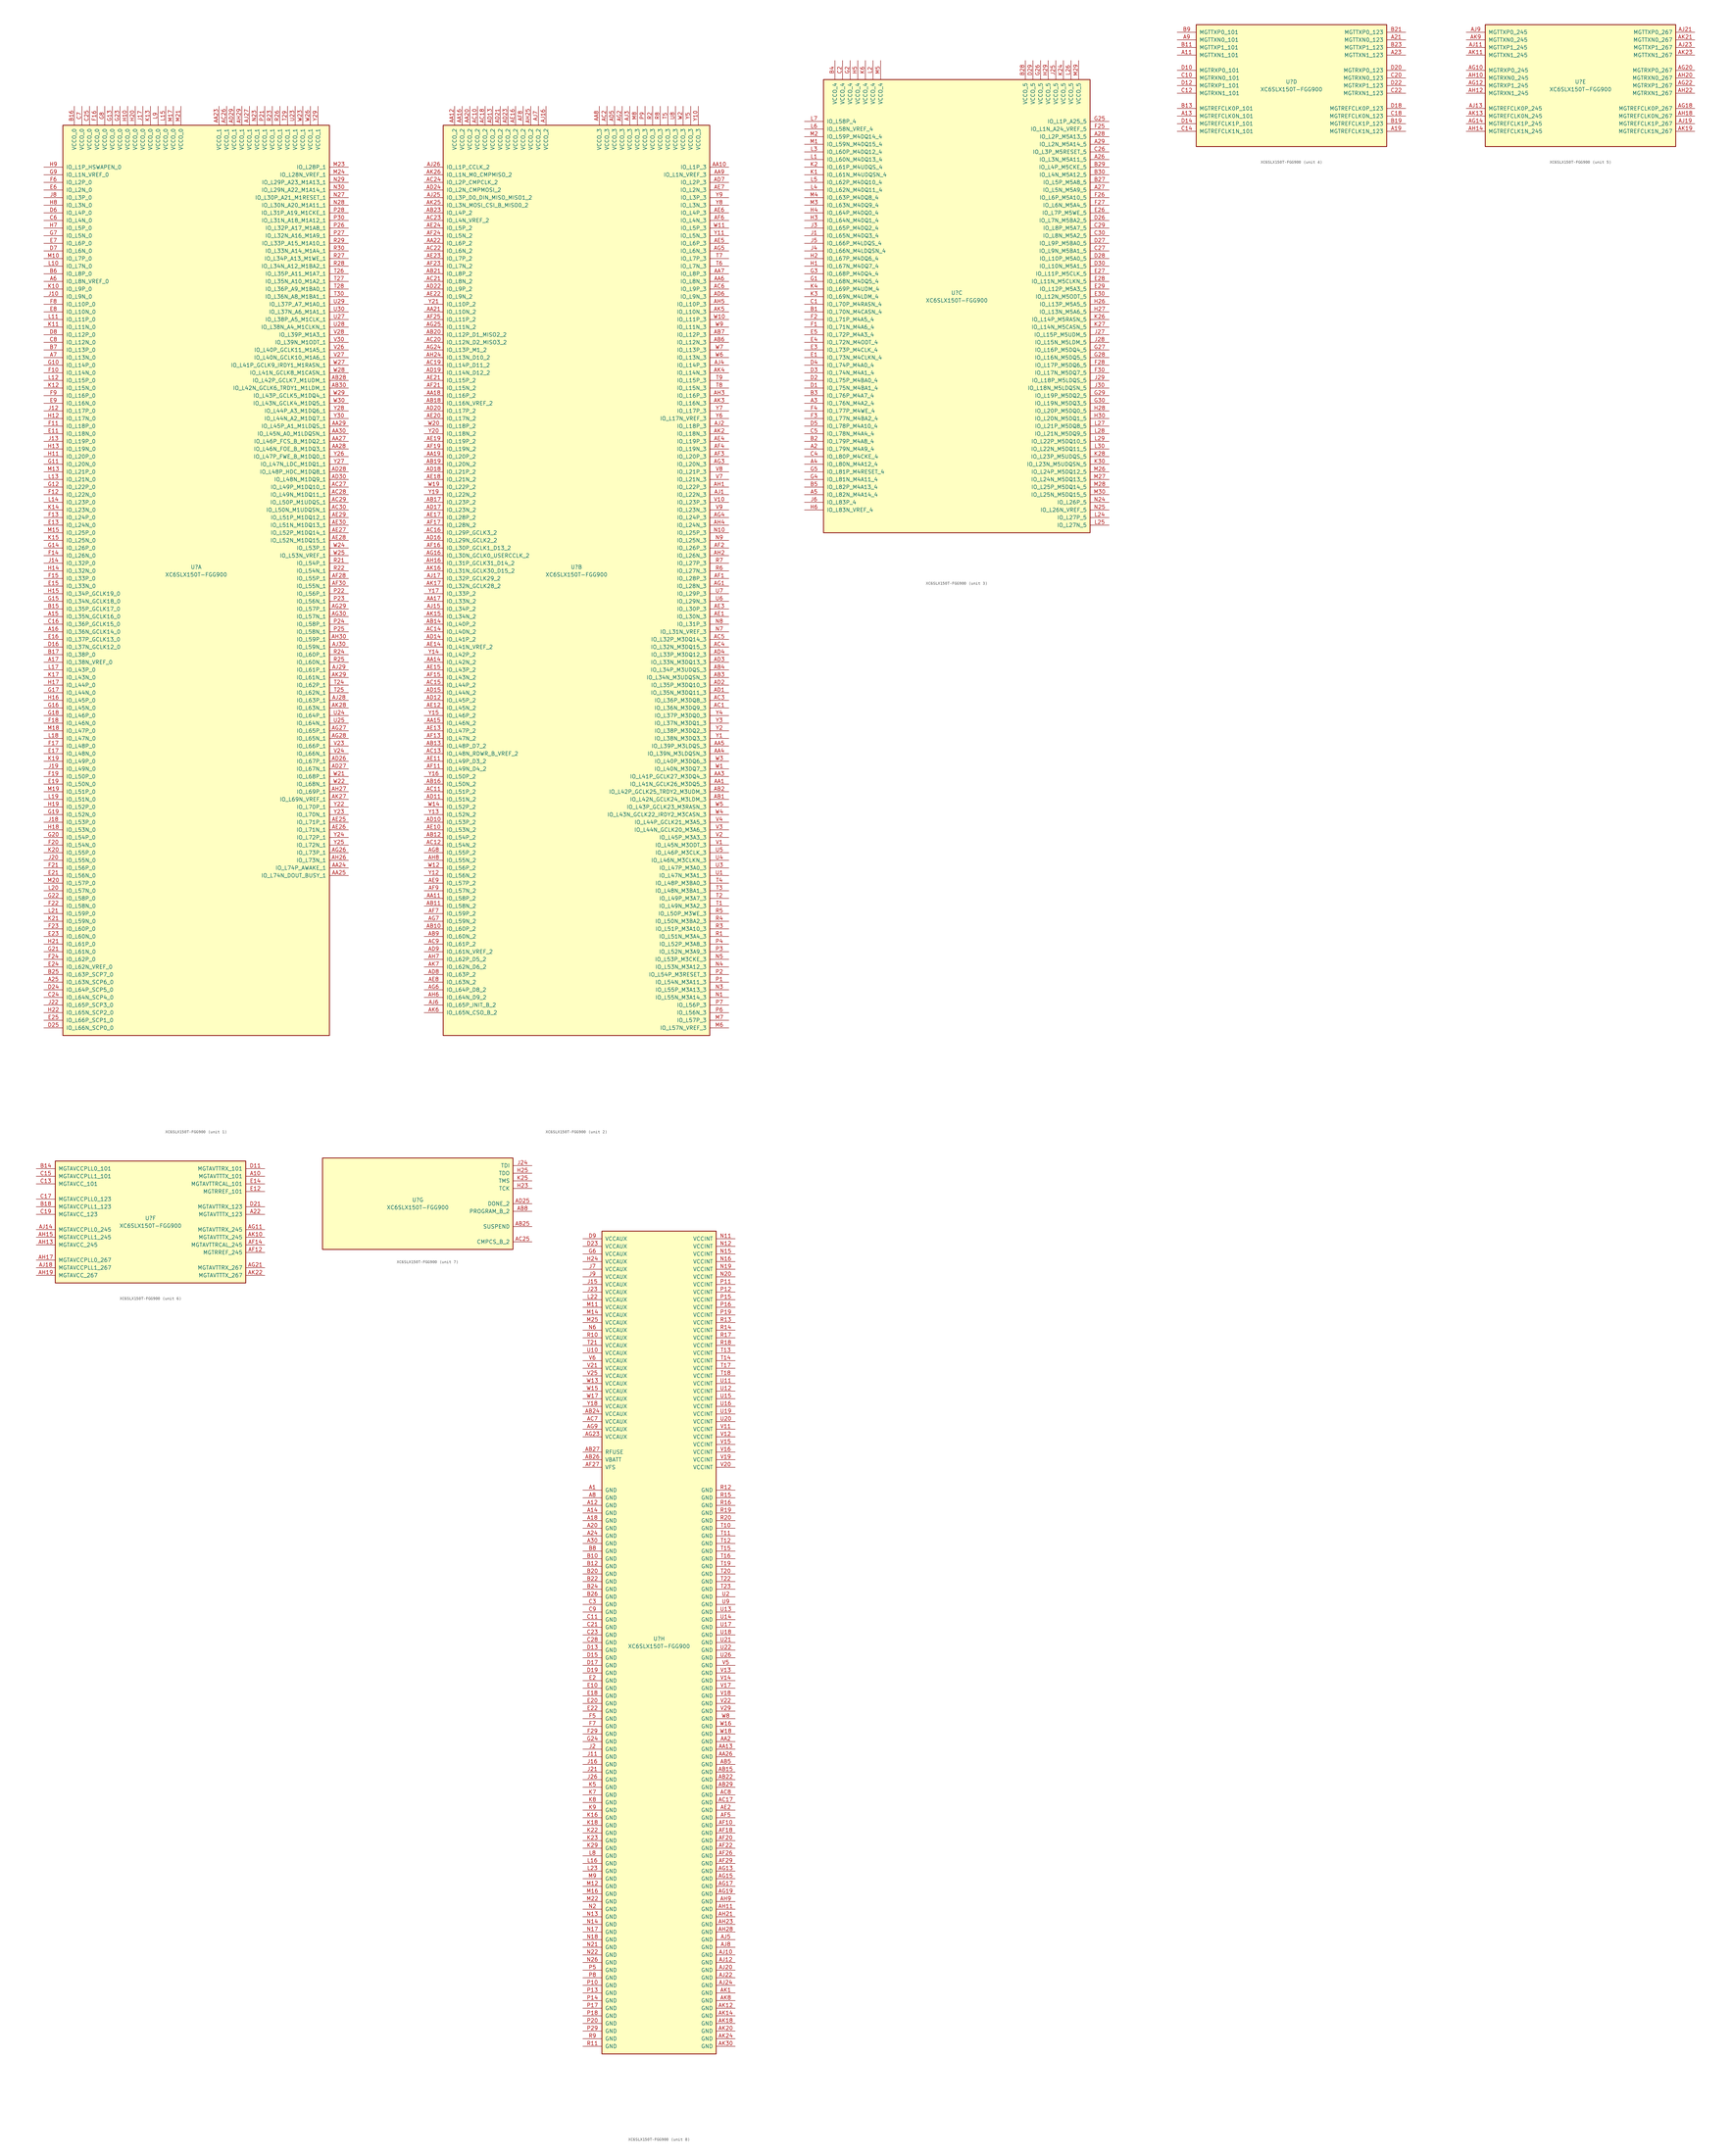
<source format=kicad_sym>
(kicad_symbol_lib
  (version 20201005)
  (generator kicad_symbol_editor)
  (symbol "XC6SLX150T-FGG900"
    (pin_names
      (offset 1.016))
    (property "Reference" "U"
      (at 0 1.27 0)
      (effects (font (size 1.27 1.27))))
    (property "Value" "XC6SLX150T-FGG900"
      (at 0 -1.27 0)
      (effects (font (size 1.27 1.27))))
    (property "Datasheet" ""
      (at 0 0 0)
      (effects (font (size 1.27 1.27))))
    (property "ki_locked" ""
      (at 0 0 0)
      (effects (font (size 1.27 1.27))))
    (symbol "XC6SLX150T-FGG900_1_1"
      (rectangle (start -44.45 148.59) (end 44.45 -154.94) (stroke (width 0.254)) (fill (type background)))
      (pin bidirectional line (at -50.8 -15.24 0) (length 6.35) (name "IO_L35N_GCLK16_0" (effects (font (size 1.27 1.27)))) (number "A15" (effects (font (size 1.27 1.27)))))
      (pin bidirectional line (at -50.8 -20.32 0) (length 6.35) (name "IO_L36N_GCLK14_0" (effects (font (size 1.27 1.27)))) (number "A16" (effects (font (size 1.27 1.27)))))
      (pin bidirectional line (at -50.8 -30.48 0) (length 6.35) (name "IO_L38N_VREF_0" (effects (font (size 1.27 1.27)))) (number "A17" (effects (font (size 1.27 1.27)))))
      (pin bidirectional line (at -50.8 -137.16 0) (length 6.35) (name "IO_L63N_SCP6_0" (effects (font (size 1.27 1.27)))) (number "A25" (effects (font (size 1.27 1.27)))))
      (pin bidirectional line (at -50.8 96.52 0) (length 6.35) (name "IO_L8N_VREF_0" (effects (font (size 1.27 1.27)))) (number "A6" (effects (font (size 1.27 1.27)))))
      (pin bidirectional line (at -50.8 71.12 0) (length 6.35) (name "IO_L13N_0" (effects (font (size 1.27 1.27)))) (number "A7" (effects (font (size 1.27 1.27)))))
      (pin power_in line (at 7.62 154.94 270) (length 6.35) (name "VCCO_1" (effects (font (size 1.27 1.27)))) (number "AA23" (effects (font (size 1.27 1.27)))))
      (pin bidirectional line (at 50.8 -99.06 180) (length 6.35) (name "IO_L74P_AWAKE_1" (effects (font (size 1.27 1.27)))) (number "AA24" (effects (font (size 1.27 1.27)))))
      (pin bidirectional line (at 50.8 -101.6 180) (length 6.35) (name "IO_L74N_DOUT_BUSY_1" (effects (font (size 1.27 1.27)))) (number "AA25" (effects (font (size 1.27 1.27)))))
      (pin bidirectional line (at 50.8 43.18 180) (length 6.35) (name "IO_L46P_FCS_B_M1DQ2_1" (effects (font (size 1.27 1.27)))) (number "AA27" (effects (font (size 1.27 1.27)))))
      (pin bidirectional line (at 50.8 40.64 180) (length 6.35) (name "IO_L46N_FOE_B_M1DQ3_1" (effects (font (size 1.27 1.27)))) (number "AA28" (effects (font (size 1.27 1.27)))))
      (pin bidirectional line (at 50.8 48.26 180) (length 6.35) (name "IO_L45P_A1_M1LDQS_1" (effects (font (size 1.27 1.27)))) (number "AA29" (effects (font (size 1.27 1.27)))))
      (pin bidirectional line (at 50.8 45.72 180) (length 6.35) (name "IO_L45N_A0_M1LDQSN_1" (effects (font (size 1.27 1.27)))) (number "AA30" (effects (font (size 1.27 1.27)))))
      (pin bidirectional line (at 50.8 63.5 180) (length 6.35) (name "IO_L42P_GCLK7_M1UDM_1" (effects (font (size 1.27 1.27)))) (number "AB28" (effects (font (size 1.27 1.27)))))
      (pin bidirectional line (at 50.8 60.96 180) (length 6.35) (name "IO_L42N_GCLK6_TRDY1_M1LDM_1" (effects (font (size 1.27 1.27)))) (number "AB30" (effects (font (size 1.27 1.27)))))
      (pin power_in line (at 10.16 154.94 270) (length 6.35) (name "VCCO_1" (effects (font (size 1.27 1.27)))) (number "AC26" (effects (font (size 1.27 1.27)))))
      (pin bidirectional line (at 50.8 27.94 180) (length 6.35) (name "IO_L49P_M1DQ10_1" (effects (font (size 1.27 1.27)))) (number "AC27" (effects (font (size 1.27 1.27)))))
      (pin bidirectional line (at 50.8 25.4 180) (length 6.35) (name "IO_L49N_M1DQ11_1" (effects (font (size 1.27 1.27)))) (number "AC28" (effects (font (size 1.27 1.27)))))
      (pin bidirectional line (at 50.8 22.86 180) (length 6.35) (name "IO_L50P_M1UDQS_1" (effects (font (size 1.27 1.27)))) (number "AC29" (effects (font (size 1.27 1.27)))))
      (pin bidirectional line (at 50.8 20.32 180) (length 6.35) (name "IO_L50N_M1UDQSN_1" (effects (font (size 1.27 1.27)))) (number "AC30" (effects (font (size 1.27 1.27)))))
      (pin bidirectional line (at 50.8 -63.5 180) (length 6.35) (name "IO_L67P_1" (effects (font (size 1.27 1.27)))) (number "AD26" (effects (font (size 1.27 1.27)))))
      (pin bidirectional line (at 50.8 -66.04 180) (length 6.35) (name "IO_L67N_1" (effects (font (size 1.27 1.27)))) (number "AD27" (effects (font (size 1.27 1.27)))))
      (pin bidirectional line (at 50.8 33.02 180) (length 6.35) (name "IO_L48P_HDC_M1DQ8_1" (effects (font (size 1.27 1.27)))) (number "AD28" (effects (font (size 1.27 1.27)))))
      (pin power_in line (at 12.7 154.94 270) (length 6.35) (name "VCCO_1" (effects (font (size 1.27 1.27)))) (number "AD29" (effects (font (size 1.27 1.27)))))
      (pin bidirectional line (at 50.8 30.48 180) (length 6.35) (name "IO_L48N_M1DQ9_1" (effects (font (size 1.27 1.27)))) (number "AD30" (effects (font (size 1.27 1.27)))))
      (pin bidirectional line (at 50.8 -83.82 180) (length 6.35) (name "IO_L71P_1" (effects (font (size 1.27 1.27)))) (number "AE25" (effects (font (size 1.27 1.27)))))
      (pin bidirectional line (at 50.8 -86.36 180) (length 6.35) (name "IO_L71N_1" (effects (font (size 1.27 1.27)))) (number "AE26" (effects (font (size 1.27 1.27)))))
      (pin bidirectional line (at 50.8 12.7 180) (length 6.35) (name "IO_L52P_M1DQ14_1" (effects (font (size 1.27 1.27)))) (number "AE27" (effects (font (size 1.27 1.27)))))
      (pin bidirectional line (at 50.8 10.16 180) (length 6.35) (name "IO_L52N_M1DQ15_1" (effects (font (size 1.27 1.27)))) (number "AE28" (effects (font (size 1.27 1.27)))))
      (pin bidirectional line (at 50.8 17.78 180) (length 6.35) (name "IO_L51P_M1DQ12_1" (effects (font (size 1.27 1.27)))) (number "AE29" (effects (font (size 1.27 1.27)))))
      (pin bidirectional line (at 50.8 15.24 180) (length 6.35) (name "IO_L51N_M1DQ13_1" (effects (font (size 1.27 1.27)))) (number "AE30" (effects (font (size 1.27 1.27)))))
      (pin bidirectional line (at 50.8 -2.54 180) (length 6.35) (name "IO_L55P_1" (effects (font (size 1.27 1.27)))) (number "AF28" (effects (font (size 1.27 1.27)))))
      (pin bidirectional line (at 50.8 -5.08 180) (length 6.35) (name "IO_L55N_1" (effects (font (size 1.27 1.27)))) (number "AF30" (effects (font (size 1.27 1.27)))))
      (pin bidirectional line (at 50.8 -93.98 180) (length 6.35) (name "IO_L73P_1" (effects (font (size 1.27 1.27)))) (number "AG26" (effects (font (size 1.27 1.27)))))
      (pin bidirectional line (at 50.8 -53.34 180) (length 6.35) (name "IO_L65P_1" (effects (font (size 1.27 1.27)))) (number "AG27" (effects (font (size 1.27 1.27)))))
      (pin bidirectional line (at 50.8 -55.88 180) (length 6.35) (name "IO_L65N_1" (effects (font (size 1.27 1.27)))) (number "AG28" (effects (font (size 1.27 1.27)))))
      (pin bidirectional line (at 50.8 -12.7 180) (length 6.35) (name "IO_L57P_1" (effects (font (size 1.27 1.27)))) (number "AG29" (effects (font (size 1.27 1.27)))))
      (pin bidirectional line (at 50.8 -15.24 180) (length 6.35) (name "IO_L57N_1" (effects (font (size 1.27 1.27)))) (number "AG30" (effects (font (size 1.27 1.27)))))
      (pin bidirectional line (at 50.8 -96.52 180) (length 6.35) (name "IO_L73N_1" (effects (font (size 1.27 1.27)))) (number "AH26" (effects (font (size 1.27 1.27)))))
      (pin bidirectional line (at 50.8 -73.66 180) (length 6.35) (name "IO_L69P_1" (effects (font (size 1.27 1.27)))) (number "AH27" (effects (font (size 1.27 1.27)))))
      (pin power_in line (at 15.24 154.94 270) (length 6.35) (name "VCCO_1" (effects (font (size 1.27 1.27)))) (number "AH29" (effects (font (size 1.27 1.27)))))
      (pin bidirectional line (at 50.8 -22.86 180) (length 6.35) (name "IO_L59P_1" (effects (font (size 1.27 1.27)))) (number "AH30" (effects (font (size 1.27 1.27)))))
      (pin power_in line (at 17.78 154.94 270) (length 6.35) (name "VCCO_1" (effects (font (size 1.27 1.27)))) (number "AJ27" (effects (font (size 1.27 1.27)))))
      (pin bidirectional line (at 50.8 -43.18 180) (length 6.35) (name "IO_L63P_1" (effects (font (size 1.27 1.27)))) (number "AJ28" (effects (font (size 1.27 1.27)))))
      (pin bidirectional line (at 50.8 -33.02 180) (length 6.35) (name "IO_L61P_1" (effects (font (size 1.27 1.27)))) (number "AJ29" (effects (font (size 1.27 1.27)))))
      (pin bidirectional line (at 50.8 -25.4 180) (length 6.35) (name "IO_L59N_1" (effects (font (size 1.27 1.27)))) (number "AJ30" (effects (font (size 1.27 1.27)))))
      (pin bidirectional line (at 50.8 -76.2 180) (length 6.35) (name "IO_L69N_VREF_1" (effects (font (size 1.27 1.27)))) (number "AK27" (effects (font (size 1.27 1.27)))))
      (pin bidirectional line (at 50.8 -45.72 180) (length 6.35) (name "IO_L63N_1" (effects (font (size 1.27 1.27)))) (number "AK28" (effects (font (size 1.27 1.27)))))
      (pin bidirectional line (at 50.8 -35.56 180) (length 6.35) (name "IO_L61N_1" (effects (font (size 1.27 1.27)))) (number "AK29" (effects (font (size 1.27 1.27)))))
      (pin bidirectional line (at -50.8 -12.7 0) (length 6.35) (name "IO_L35P_GCLK17_0" (effects (font (size 1.27 1.27)))) (number "B15" (effects (font (size 1.27 1.27)))))
      (pin power_in line (at -40.64 154.94 270) (length 6.35) (name "VCCO_0" (effects (font (size 1.27 1.27)))) (number "B16" (effects (font (size 1.27 1.27)))))
      (pin bidirectional line (at -50.8 -27.94 0) (length 6.35) (name "IO_L38P_0" (effects (font (size 1.27 1.27)))) (number "B17" (effects (font (size 1.27 1.27)))))
      (pin bidirectional line (at -50.8 -134.62 0) (length 6.35) (name "IO_L63P_SCP7_0" (effects (font (size 1.27 1.27)))) (number "B25" (effects (font (size 1.27 1.27)))))
      (pin bidirectional line (at -50.8 99.06 0) (length 6.35) (name "IO_L8P_0" (effects (font (size 1.27 1.27)))) (number "B6" (effects (font (size 1.27 1.27)))))
      (pin bidirectional line (at -50.8 73.66 0) (length 6.35) (name "IO_L13P_0" (effects (font (size 1.27 1.27)))) (number "B7" (effects (font (size 1.27 1.27)))))
      (pin bidirectional line (at -50.8 -17.78 0) (length 6.35) (name "IO_L36P_GCLK15_0" (effects (font (size 1.27 1.27)))) (number "C16" (effects (font (size 1.27 1.27)))))
      (pin bidirectional line (at -50.8 -142.24 0) (length 6.35) (name "IO_L64N_SCP4_0" (effects (font (size 1.27 1.27)))) (number "C24" (effects (font (size 1.27 1.27)))))
      (pin power_in line (at -35.56 154.94 270) (length 6.35) (name "VCCO_0" (effects (font (size 1.27 1.27)))) (number "C25" (effects (font (size 1.27 1.27)))))
      (pin bidirectional line (at -50.8 116.84 0) (length 6.35) (name "IO_L4N_0" (effects (font (size 1.27 1.27)))) (number "C6" (effects (font (size 1.27 1.27)))))
      (pin power_in line (at -38.1 154.94 270) (length 6.35) (name "VCCO_0" (effects (font (size 1.27 1.27)))) (number "C7" (effects (font (size 1.27 1.27)))))
      (pin bidirectional line (at -50.8 76.2 0) (length 6.35) (name "IO_L12N_0" (effects (font (size 1.27 1.27)))) (number "C8" (effects (font (size 1.27 1.27)))))
      (pin bidirectional line (at -50.8 -25.4 0) (length 6.35) (name "IO_L37N_GCLK12_0" (effects (font (size 1.27 1.27)))) (number "D16" (effects (font (size 1.27 1.27)))))
      (pin bidirectional line (at -50.8 -139.7 0) (length 6.35) (name "IO_L64P_SCP5_0" (effects (font (size 1.27 1.27)))) (number "D24" (effects (font (size 1.27 1.27)))))
      (pin bidirectional line (at -50.8 -152.4 0) (length 6.35) (name "IO_L66N_SCP0_0" (effects (font (size 1.27 1.27)))) (number "D25" (effects (font (size 1.27 1.27)))))
      (pin bidirectional line (at -50.8 119.38 0) (length 6.35) (name "IO_L4P_0" (effects (font (size 1.27 1.27)))) (number "D6" (effects (font (size 1.27 1.27)))))
      (pin bidirectional line (at -50.8 106.68 0) (length 6.35) (name "IO_L6N_0" (effects (font (size 1.27 1.27)))) (number "D7" (effects (font (size 1.27 1.27)))))
      (pin bidirectional line (at -50.8 78.74 0) (length 6.35) (name "IO_L12P_0" (effects (font (size 1.27 1.27)))) (number "D8" (effects (font (size 1.27 1.27)))))
      (pin bidirectional line (at -50.8 45.72 0) (length 6.35) (name "IO_L18N_0" (effects (font (size 1.27 1.27)))) (number "E11" (effects (font (size 1.27 1.27)))))
      (pin bidirectional line (at -50.8 15.24 0) (length 6.35) (name "IO_L24N_0" (effects (font (size 1.27 1.27)))) (number "E13" (effects (font (size 1.27 1.27)))))
      (pin bidirectional line (at -50.8 -5.08 0) (length 6.35) (name "IO_L33N_0" (effects (font (size 1.27 1.27)))) (number "E15" (effects (font (size 1.27 1.27)))))
      (pin bidirectional line (at -50.8 -22.86 0) (length 6.35) (name "IO_L37P_GCLK13_0" (effects (font (size 1.27 1.27)))) (number "E16" (effects (font (size 1.27 1.27)))))
      (pin bidirectional line (at -50.8 -60.96 0) (length 6.35) (name "IO_L48N_0" (effects (font (size 1.27 1.27)))) (number "E17" (effects (font (size 1.27 1.27)))))
      (pin bidirectional line (at -50.8 -71.12 0) (length 6.35) (name "IO_L50N_0" (effects (font (size 1.27 1.27)))) (number "E19" (effects (font (size 1.27 1.27)))))
      (pin bidirectional line (at -50.8 -101.6 0) (length 6.35) (name "IO_L56N_0" (effects (font (size 1.27 1.27)))) (number "E21" (effects (font (size 1.27 1.27)))))
      (pin bidirectional line (at -50.8 -121.92 0) (length 6.35) (name "IO_L60N_0" (effects (font (size 1.27 1.27)))) (number "E23" (effects (font (size 1.27 1.27)))))
      (pin bidirectional line (at -50.8 -132.08 0) (length 6.35) (name "IO_L62N_VREF_0" (effects (font (size 1.27 1.27)))) (number "E24" (effects (font (size 1.27 1.27)))))
      (pin bidirectional line (at -50.8 -149.86 0) (length 6.35) (name "IO_L66P_SCP1_0" (effects (font (size 1.27 1.27)))) (number "E25" (effects (font (size 1.27 1.27)))))
      (pin bidirectional line (at -50.8 127 0) (length 6.35) (name "IO_L2N_0" (effects (font (size 1.27 1.27)))) (number "E6" (effects (font (size 1.27 1.27)))))
      (pin bidirectional line (at -50.8 109.22 0) (length 6.35) (name "IO_L6P_0" (effects (font (size 1.27 1.27)))) (number "E7" (effects (font (size 1.27 1.27)))))
      (pin bidirectional line (at -50.8 86.36 0) (length 6.35) (name "IO_L10N_0" (effects (font (size 1.27 1.27)))) (number "E8" (effects (font (size 1.27 1.27)))))
      (pin bidirectional line (at -50.8 55.88 0) (length 6.35) (name "IO_L16N_0" (effects (font (size 1.27 1.27)))) (number "E9" (effects (font (size 1.27 1.27)))))
      (pin bidirectional line (at -50.8 66.04 0) (length 6.35) (name "IO_L14N_0" (effects (font (size 1.27 1.27)))) (number "F10" (effects (font (size 1.27 1.27)))))
      (pin bidirectional line (at -50.8 48.26 0) (length 6.35) (name "IO_L18P_0" (effects (font (size 1.27 1.27)))) (number "F11" (effects (font (size 1.27 1.27)))))
      (pin bidirectional line (at -50.8 25.4 0) (length 6.35) (name "IO_L22N_0" (effects (font (size 1.27 1.27)))) (number "F12" (effects (font (size 1.27 1.27)))))
      (pin bidirectional line (at -50.8 17.78 0) (length 6.35) (name "IO_L24P_0" (effects (font (size 1.27 1.27)))) (number "F13" (effects (font (size 1.27 1.27)))))
      (pin bidirectional line (at -50.8 5.08 0) (length 6.35) (name "IO_L26N_0" (effects (font (size 1.27 1.27)))) (number "F14" (effects (font (size 1.27 1.27)))))
      (pin bidirectional line (at -50.8 -2.54 0) (length 6.35) (name "IO_L33P_0" (effects (font (size 1.27 1.27)))) (number "F15" (effects (font (size 1.27 1.27)))))
      (pin power_in line (at -33.02 154.94 270) (length 6.35) (name "VCCO_0" (effects (font (size 1.27 1.27)))) (number "F16" (effects (font (size 1.27 1.27)))))
      (pin bidirectional line (at -50.8 -58.42 0) (length 6.35) (name "IO_L48P_0" (effects (font (size 1.27 1.27)))) (number "F17" (effects (font (size 1.27 1.27)))))
      (pin bidirectional line (at -50.8 -50.8 0) (length 6.35) (name "IO_L46N_0" (effects (font (size 1.27 1.27)))) (number "F18" (effects (font (size 1.27 1.27)))))
      (pin bidirectional line (at -50.8 -68.58 0) (length 6.35) (name "IO_L50P_0" (effects (font (size 1.27 1.27)))) (number "F19" (effects (font (size 1.27 1.27)))))
      (pin bidirectional line (at -50.8 -91.44 0) (length 6.35) (name "IO_L54N_0" (effects (font (size 1.27 1.27)))) (number "F20" (effects (font (size 1.27 1.27)))))
      (pin bidirectional line (at -50.8 -99.06 0) (length 6.35) (name "IO_L56P_0" (effects (font (size 1.27 1.27)))) (number "F21" (effects (font (size 1.27 1.27)))))
      (pin bidirectional line (at -50.8 -111.76 0) (length 6.35) (name "IO_L58N_0" (effects (font (size 1.27 1.27)))) (number "F22" (effects (font (size 1.27 1.27)))))
      (pin bidirectional line (at -50.8 -119.38 0) (length 6.35) (name "IO_L60P_0" (effects (font (size 1.27 1.27)))) (number "F23" (effects (font (size 1.27 1.27)))))
      (pin bidirectional line (at -50.8 -129.54 0) (length 6.35) (name "IO_L62P_0" (effects (font (size 1.27 1.27)))) (number "F24" (effects (font (size 1.27 1.27)))))
      (pin bidirectional line (at -50.8 129.54 0) (length 6.35) (name "IO_L2P_0" (effects (font (size 1.27 1.27)))) (number "F6" (effects (font (size 1.27 1.27)))))
      (pin bidirectional line (at -50.8 88.9 0) (length 6.35) (name "IO_L10P_0" (effects (font (size 1.27 1.27)))) (number "F8" (effects (font (size 1.27 1.27)))))
      (pin bidirectional line (at -50.8 58.42 0) (length 6.35) (name "IO_L16P_0" (effects (font (size 1.27 1.27)))) (number "F9" (effects (font (size 1.27 1.27)))))
      (pin bidirectional line (at -50.8 68.58 0) (length 6.35) (name "IO_L14P_0" (effects (font (size 1.27 1.27)))) (number "G10" (effects (font (size 1.27 1.27)))))
      (pin bidirectional line (at -50.8 35.56 0) (length 6.35) (name "IO_L20N_0" (effects (font (size 1.27 1.27)))) (number "G11" (effects (font (size 1.27 1.27)))))
      (pin bidirectional line (at -50.8 27.94 0) (length 6.35) (name "IO_L22P_0" (effects (font (size 1.27 1.27)))) (number "G12" (effects (font (size 1.27 1.27)))))
      (pin power_in line (at -27.94 154.94 270) (length 6.35) (name "VCCO_0" (effects (font (size 1.27 1.27)))) (number "G13" (effects (font (size 1.27 1.27)))))
      (pin bidirectional line (at -50.8 7.62 0) (length 6.35) (name "IO_L26P_0" (effects (font (size 1.27 1.27)))) (number "G14" (effects (font (size 1.27 1.27)))))
      (pin bidirectional line (at -50.8 -10.16 0) (length 6.35) (name "IO_L34N_GCLK18_0" (effects (font (size 1.27 1.27)))) (number "G15" (effects (font (size 1.27 1.27)))))
      (pin bidirectional line (at -50.8 -45.72 0) (length 6.35) (name "IO_L45N_0" (effects (font (size 1.27 1.27)))) (number "G16" (effects (font (size 1.27 1.27)))))
      (pin bidirectional line (at -50.8 -40.64 0) (length 6.35) (name "IO_L44N_0" (effects (font (size 1.27 1.27)))) (number "G17" (effects (font (size 1.27 1.27)))))
      (pin bidirectional line (at -50.8 -48.26 0) (length 6.35) (name "IO_L46P_0" (effects (font (size 1.27 1.27)))) (number "G18" (effects (font (size 1.27 1.27)))))
      (pin bidirectional line (at -50.8 -81.28 0) (length 6.35) (name "IO_L52N_0" (effects (font (size 1.27 1.27)))) (number "G19" (effects (font (size 1.27 1.27)))))
      (pin bidirectional line (at -50.8 -88.9 0) (length 6.35) (name "IO_L54P_0" (effects (font (size 1.27 1.27)))) (number "G20" (effects (font (size 1.27 1.27)))))
      (pin bidirectional line (at -50.8 -127 0) (length 6.35) (name "IO_L61N_0" (effects (font (size 1.27 1.27)))) (number "G21" (effects (font (size 1.27 1.27)))))
      (pin bidirectional line (at -50.8 -109.22 0) (length 6.35) (name "IO_L58P_0" (effects (font (size 1.27 1.27)))) (number "G22" (effects (font (size 1.27 1.27)))))
      (pin power_in line (at -25.4 154.94 270) (length 6.35) (name "VCCO_0" (effects (font (size 1.27 1.27)))) (number "G23" (effects (font (size 1.27 1.27)))))
      (pin bidirectional line (at -50.8 111.76 0) (length 6.35) (name "IO_L5N_0" (effects (font (size 1.27 1.27)))) (number "G7" (effects (font (size 1.27 1.27)))))
      (pin power_in line (at -30.48 154.94 270) (length 6.35) (name "VCCO_0" (effects (font (size 1.27 1.27)))) (number "G8" (effects (font (size 1.27 1.27)))))
      (pin bidirectional line (at -50.8 132.08 0) (length 6.35) (name "IO_L1N_VREF_0" (effects (font (size 1.27 1.27)))) (number "G9" (effects (font (size 1.27 1.27)))))
      (pin power_in line (at -22.86 154.94 270) (length 6.35) (name "VCCO_0" (effects (font (size 1.27 1.27)))) (number "H10" (effects (font (size 1.27 1.27)))))
      (pin bidirectional line (at -50.8 38.1 0) (length 6.35) (name "IO_L20P_0" (effects (font (size 1.27 1.27)))) (number "H11" (effects (font (size 1.27 1.27)))))
      (pin bidirectional line (at -50.8 50.8 0) (length 6.35) (name "IO_L17N_0" (effects (font (size 1.27 1.27)))) (number "H12" (effects (font (size 1.27 1.27)))))
      (pin bidirectional line (at -50.8 40.64 0) (length 6.35) (name "IO_L19N_0" (effects (font (size 1.27 1.27)))) (number "H13" (effects (font (size 1.27 1.27)))))
      (pin bidirectional line (at -50.8 0 0) (length 6.35) (name "IO_L32N_0" (effects (font (size 1.27 1.27)))) (number "H14" (effects (font (size 1.27 1.27)))))
      (pin bidirectional line (at -50.8 -7.62 0) (length 6.35) (name "IO_L34P_GCLK19_0" (effects (font (size 1.27 1.27)))) (number "H15" (effects (font (size 1.27 1.27)))))
      (pin bidirectional line (at -50.8 -43.18 0) (length 6.35) (name "IO_L45P_0" (effects (font (size 1.27 1.27)))) (number "H16" (effects (font (size 1.27 1.27)))))
      (pin bidirectional line (at -50.8 -38.1 0) (length 6.35) (name "IO_L44P_0" (effects (font (size 1.27 1.27)))) (number "H17" (effects (font (size 1.27 1.27)))))
      (pin bidirectional line (at -50.8 -86.36 0) (length 6.35) (name "IO_L53N_0" (effects (font (size 1.27 1.27)))) (number "H18" (effects (font (size 1.27 1.27)))))
      (pin bidirectional line (at -50.8 -78.74 0) (length 6.35) (name "IO_L52P_0" (effects (font (size 1.27 1.27)))) (number "H19" (effects (font (size 1.27 1.27)))))
      (pin power_in line (at -20.32 154.94 270) (length 6.35) (name "VCCO_0" (effects (font (size 1.27 1.27)))) (number "H20" (effects (font (size 1.27 1.27)))))
      (pin bidirectional line (at -50.8 -124.46 0) (length 6.35) (name "IO_L61P_0" (effects (font (size 1.27 1.27)))) (number "H21" (effects (font (size 1.27 1.27)))))
      (pin bidirectional line (at -50.8 -147.32 0) (length 6.35) (name "IO_L65N_SCP2_0" (effects (font (size 1.27 1.27)))) (number "H22" (effects (font (size 1.27 1.27)))))
      (pin bidirectional line (at -50.8 114.3 0) (length 6.35) (name "IO_L5P_0" (effects (font (size 1.27 1.27)))) (number "H7" (effects (font (size 1.27 1.27)))))
      (pin bidirectional line (at -50.8 121.92 0) (length 6.35) (name "IO_L3N_0" (effects (font (size 1.27 1.27)))) (number "H8" (effects (font (size 1.27 1.27)))))
      (pin bidirectional line (at -50.8 134.62 0) (length 6.35) (name "IO_L1P_HSWAPEN_0" (effects (font (size 1.27 1.27)))) (number "H9" (effects (font (size 1.27 1.27)))))
      (pin bidirectional line (at -50.8 91.44 0) (length 6.35) (name "IO_L9N_0" (effects (font (size 1.27 1.27)))) (number "J10" (effects (font (size 1.27 1.27)))))
      (pin bidirectional line (at -50.8 53.34 0) (length 6.35) (name "IO_L17P_0" (effects (font (size 1.27 1.27)))) (number "J12" (effects (font (size 1.27 1.27)))))
      (pin bidirectional line (at -50.8 43.18 0) (length 6.35) (name "IO_L19P_0" (effects (font (size 1.27 1.27)))) (number "J13" (effects (font (size 1.27 1.27)))))
      (pin bidirectional line (at -50.8 2.54 0) (length 6.35) (name "IO_L32P_0" (effects (font (size 1.27 1.27)))) (number "J14" (effects (font (size 1.27 1.27)))))
      (pin power_in line (at -17.78 154.94 270) (length 6.35) (name "VCCO_0" (effects (font (size 1.27 1.27)))) (number "J17" (effects (font (size 1.27 1.27)))))
      (pin bidirectional line (at -50.8 -83.82 0) (length 6.35) (name "IO_L53P_0" (effects (font (size 1.27 1.27)))) (number "J18" (effects (font (size 1.27 1.27)))))
      (pin bidirectional line (at -50.8 -66.04 0) (length 6.35) (name "IO_L49N_0" (effects (font (size 1.27 1.27)))) (number "J19" (effects (font (size 1.27 1.27)))))
      (pin bidirectional line (at -50.8 -96.52 0) (length 6.35) (name "IO_L55N_0" (effects (font (size 1.27 1.27)))) (number "J20" (effects (font (size 1.27 1.27)))))
      (pin bidirectional line (at -50.8 -144.78 0) (length 6.35) (name "IO_L65P_SCP3_0" (effects (font (size 1.27 1.27)))) (number "J22" (effects (font (size 1.27 1.27)))))
      (pin bidirectional line (at -50.8 124.46 0) (length 6.35) (name "IO_L3P_0" (effects (font (size 1.27 1.27)))) (number "J8" (effects (font (size 1.27 1.27)))))
      (pin bidirectional line (at -50.8 93.98 0) (length 6.35) (name "IO_L9P_0" (effects (font (size 1.27 1.27)))) (number "K10" (effects (font (size 1.27 1.27)))))
      (pin bidirectional line (at -50.8 81.28 0) (length 6.35) (name "IO_L11N_0" (effects (font (size 1.27 1.27)))) (number "K11" (effects (font (size 1.27 1.27)))))
      (pin bidirectional line (at -50.8 60.96 0) (length 6.35) (name "IO_L15N_0" (effects (font (size 1.27 1.27)))) (number "K12" (effects (font (size 1.27 1.27)))))
      (pin power_in line (at -15.24 154.94 270) (length 6.35) (name "VCCO_0" (effects (font (size 1.27 1.27)))) (number "K13" (effects (font (size 1.27 1.27)))))
      (pin bidirectional line (at -50.8 20.32 0) (length 6.35) (name "IO_L23N_0" (effects (font (size 1.27 1.27)))) (number "K14" (effects (font (size 1.27 1.27)))))
      (pin bidirectional line (at -50.8 10.16 0) (length 6.35) (name "IO_L25N_0" (effects (font (size 1.27 1.27)))) (number "K15" (effects (font (size 1.27 1.27)))))
      (pin bidirectional line (at -50.8 -35.56 0) (length 6.35) (name "IO_L43N_0" (effects (font (size 1.27 1.27)))) (number "K17" (effects (font (size 1.27 1.27)))))
      (pin bidirectional line (at -50.8 -63.5 0) (length 6.35) (name "IO_L49P_0" (effects (font (size 1.27 1.27)))) (number "K19" (effects (font (size 1.27 1.27)))))
      (pin bidirectional line (at -50.8 -93.98 0) (length 6.35) (name "IO_L55P_0" (effects (font (size 1.27 1.27)))) (number "K20" (effects (font (size 1.27 1.27)))))
      (pin bidirectional line (at -50.8 -116.84 0) (length 6.35) (name "IO_L59N_0" (effects (font (size 1.27 1.27)))) (number "K21" (effects (font (size 1.27 1.27)))))
      (pin bidirectional line (at -50.8 101.6 0) (length 6.35) (name "IO_L7N_0" (effects (font (size 1.27 1.27)))) (number "L10" (effects (font (size 1.27 1.27)))))
      (pin bidirectional line (at -50.8 83.82 0) (length 6.35) (name "IO_L11P_0" (effects (font (size 1.27 1.27)))) (number "L11" (effects (font (size 1.27 1.27)))))
      (pin bidirectional line (at -50.8 63.5 0) (length 6.35) (name "IO_L15P_0" (effects (font (size 1.27 1.27)))) (number "L12" (effects (font (size 1.27 1.27)))))
      (pin bidirectional line (at -50.8 30.48 0) (length 6.35) (name "IO_L21N_0" (effects (font (size 1.27 1.27)))) (number "L13" (effects (font (size 1.27 1.27)))))
      (pin bidirectional line (at -50.8 22.86 0) (length 6.35) (name "IO_L23P_0" (effects (font (size 1.27 1.27)))) (number "L14" (effects (font (size 1.27 1.27)))))
      (pin power_in line (at -10.16 154.94 270) (length 6.35) (name "VCCO_0" (effects (font (size 1.27 1.27)))) (number "L15" (effects (font (size 1.27 1.27)))))
      (pin bidirectional line (at -50.8 -33.02 0) (length 6.35) (name "IO_L43P_0" (effects (font (size 1.27 1.27)))) (number "L17" (effects (font (size 1.27 1.27)))))
      (pin bidirectional line (at -50.8 -55.88 0) (length 6.35) (name "IO_L47N_0" (effects (font (size 1.27 1.27)))) (number "L18" (effects (font (size 1.27 1.27)))))
      (pin bidirectional line (at -50.8 -76.2 0) (length 6.35) (name "IO_L51N_0" (effects (font (size 1.27 1.27)))) (number "L19" (effects (font (size 1.27 1.27)))))
      (pin bidirectional line (at -50.8 -106.68 0) (length 6.35) (name "IO_L57N_0" (effects (font (size 1.27 1.27)))) (number "L20" (effects (font (size 1.27 1.27)))))
      (pin bidirectional line (at -50.8 -114.3 0) (length 6.35) (name "IO_L59P_0" (effects (font (size 1.27 1.27)))) (number "L21" (effects (font (size 1.27 1.27)))))
      (pin power_in line (at -12.7 154.94 270) (length 6.35) (name "VCCO_0" (effects (font (size 1.27 1.27)))) (number "L9" (effects (font (size 1.27 1.27)))))
      (pin bidirectional line (at -50.8 104.14 0) (length 6.35) (name "IO_L7P_0" (effects (font (size 1.27 1.27)))) (number "M10" (effects (font (size 1.27 1.27)))))
      (pin bidirectional line (at -50.8 33.02 0) (length 6.35) (name "IO_L21P_0" (effects (font (size 1.27 1.27)))) (number "M13" (effects (font (size 1.27 1.27)))))
      (pin bidirectional line (at -50.8 12.7 0) (length 6.35) (name "IO_L25P_0" (effects (font (size 1.27 1.27)))) (number "M15" (effects (font (size 1.27 1.27)))))
      (pin power_in line (at -7.62 154.94 270) (length 6.35) (name "VCCO_0" (effects (font (size 1.27 1.27)))) (number "M17" (effects (font (size 1.27 1.27)))))
      (pin bidirectional line (at -50.8 -53.34 0) (length 6.35) (name "IO_L47P_0" (effects (font (size 1.27 1.27)))) (number "M18" (effects (font (size 1.27 1.27)))))
      (pin bidirectional line (at -50.8 -73.66 0) (length 6.35) (name "IO_L51P_0" (effects (font (size 1.27 1.27)))) (number "M19" (effects (font (size 1.27 1.27)))))
      (pin bidirectional line (at -50.8 -104.14 0) (length 6.35) (name "IO_L57P_0" (effects (font (size 1.27 1.27)))) (number "M20" (effects (font (size 1.27 1.27)))))
      (pin power_in line (at -5.08 154.94 270) (length 6.35) (name "VCCO_0" (effects (font (size 1.27 1.27)))) (number "M21" (effects (font (size 1.27 1.27)))))
      (pin bidirectional line (at 50.8 134.62 180) (length 6.35) (name "IO_L28P_1" (effects (font (size 1.27 1.27)))) (number "M23" (effects (font (size 1.27 1.27)))))
      (pin bidirectional line (at 50.8 132.08 180) (length 6.35) (name "IO_L28N_VREF_1" (effects (font (size 1.27 1.27)))) (number "M24" (effects (font (size 1.27 1.27)))))
      (pin power_in line (at 20.32 154.94 270) (length 6.35) (name "VCCO_1" (effects (font (size 1.27 1.27)))) (number "N23" (effects (font (size 1.27 1.27)))))
      (pin bidirectional line (at 50.8 124.46 180) (length 6.35) (name "IO_L30P_A21_M1RESET_1" (effects (font (size 1.27 1.27)))) (number "N27" (effects (font (size 1.27 1.27)))))
      (pin bidirectional line (at 50.8 121.92 180) (length 6.35) (name "IO_L30N_A20_M1A11_1" (effects (font (size 1.27 1.27)))) (number "N28" (effects (font (size 1.27 1.27)))))
      (pin bidirectional line (at 50.8 129.54 180) (length 6.35) (name "IO_L29P_A23_M1A13_1" (effects (font (size 1.27 1.27)))) (number "N29" (effects (font (size 1.27 1.27)))))
      (pin bidirectional line (at 50.8 127 180) (length 6.35) (name "IO_L29N_A22_M1A14_1" (effects (font (size 1.27 1.27)))) (number "N30" (effects (font (size 1.27 1.27)))))
      (pin power_in line (at 22.86 154.94 270) (length 6.35) (name "VCCO_1" (effects (font (size 1.27 1.27)))) (number "P21" (effects (font (size 1.27 1.27)))))
      (pin bidirectional line (at 50.8 -7.62 180) (length 6.35) (name "IO_L56P_1" (effects (font (size 1.27 1.27)))) (number "P22" (effects (font (size 1.27 1.27)))))
      (pin bidirectional line (at 50.8 -10.16 180) (length 6.35) (name "IO_L56N_1" (effects (font (size 1.27 1.27)))) (number "P23" (effects (font (size 1.27 1.27)))))
      (pin bidirectional line (at 50.8 -17.78 180) (length 6.35) (name "IO_L58P_1" (effects (font (size 1.27 1.27)))) (number "P24" (effects (font (size 1.27 1.27)))))
      (pin bidirectional line (at 50.8 -20.32 180) (length 6.35) (name "IO_L58N_1" (effects (font (size 1.27 1.27)))) (number "P25" (effects (font (size 1.27 1.27)))))
      (pin bidirectional line (at 50.8 114.3 180) (length 6.35) (name "IO_L32P_A17_M1A8_1" (effects (font (size 1.27 1.27)))) (number "P26" (effects (font (size 1.27 1.27)))))
      (pin bidirectional line (at 50.8 111.76 180) (length 6.35) (name "IO_L32N_A16_M1A9_1" (effects (font (size 1.27 1.27)))) (number "P27" (effects (font (size 1.27 1.27)))))
      (pin bidirectional line (at 50.8 119.38 180) (length 6.35) (name "IO_L31P_A19_M1CKE_1" (effects (font (size 1.27 1.27)))) (number "P28" (effects (font (size 1.27 1.27)))))
      (pin bidirectional line (at 50.8 116.84 180) (length 6.35) (name "IO_L31N_A18_M1A12_1" (effects (font (size 1.27 1.27)))) (number "P30" (effects (font (size 1.27 1.27)))))
      (pin bidirectional line (at 50.8 2.54 180) (length 6.35) (name "IO_L54P_1" (effects (font (size 1.27 1.27)))) (number "R21" (effects (font (size 1.27 1.27)))))
      (pin bidirectional line (at 50.8 0 180) (length 6.35) (name "IO_L54N_1" (effects (font (size 1.27 1.27)))) (number "R22" (effects (font (size 1.27 1.27)))))
      (pin power_in line (at 25.4 154.94 270) (length 6.35) (name "VCCO_1" (effects (font (size 1.27 1.27)))) (number "R23" (effects (font (size 1.27 1.27)))))
      (pin bidirectional line (at 50.8 -27.94 180) (length 6.35) (name "IO_L60P_1" (effects (font (size 1.27 1.27)))) (number "R24" (effects (font (size 1.27 1.27)))))
      (pin bidirectional line (at 50.8 -30.48 180) (length 6.35) (name "IO_L60N_1" (effects (font (size 1.27 1.27)))) (number "R25" (effects (font (size 1.27 1.27)))))
      (pin power_in line (at 27.94 154.94 270) (length 6.35) (name "VCCO_1" (effects (font (size 1.27 1.27)))) (number "R26" (effects (font (size 1.27 1.27)))))
      (pin bidirectional line (at 50.8 104.14 180) (length 6.35) (name "IO_L34P_A13_M1WE_1" (effects (font (size 1.27 1.27)))) (number "R27" (effects (font (size 1.27 1.27)))))
      (pin bidirectional line (at 50.8 101.6 180) (length 6.35) (name "IO_L34N_A12_M1BA2_1" (effects (font (size 1.27 1.27)))) (number "R28" (effects (font (size 1.27 1.27)))))
      (pin bidirectional line (at 50.8 109.22 180) (length 6.35) (name "IO_L33P_A15_M1A10_1" (effects (font (size 1.27 1.27)))) (number "R29" (effects (font (size 1.27 1.27)))))
      (pin bidirectional line (at 50.8 106.68 180) (length 6.35) (name "IO_L33N_A14_M1A4_1" (effects (font (size 1.27 1.27)))) (number "R30" (effects (font (size 1.27 1.27)))))
      (pin bidirectional line (at 50.8 -38.1 180) (length 6.35) (name "IO_L62P_1" (effects (font (size 1.27 1.27)))) (number "T24" (effects (font (size 1.27 1.27)))))
      (pin bidirectional line (at 50.8 -40.64 180) (length 6.35) (name "IO_L62N_1" (effects (font (size 1.27 1.27)))) (number "T25" (effects (font (size 1.27 1.27)))))
      (pin bidirectional line (at 50.8 99.06 180) (length 6.35) (name "IO_L35P_A11_M1A7_1" (effects (font (size 1.27 1.27)))) (number "T26" (effects (font (size 1.27 1.27)))))
      (pin bidirectional line (at 50.8 96.52 180) (length 6.35) (name "IO_L35N_A10_M1A2_1" (effects (font (size 1.27 1.27)))) (number "T27" (effects (font (size 1.27 1.27)))))
      (pin bidirectional line (at 50.8 93.98 180) (length 6.35) (name "IO_L36P_A9_M1BA0_1" (effects (font (size 1.27 1.27)))) (number "T28" (effects (font (size 1.27 1.27)))))
      (pin power_in line (at 30.48 154.94 270) (length 6.35) (name "VCCO_1" (effects (font (size 1.27 1.27)))) (number "T29" (effects (font (size 1.27 1.27)))))
      (pin bidirectional line (at 50.8 91.44 180) (length 6.35) (name "IO_L36N_A8_M1BA1_1" (effects (font (size 1.27 1.27)))) (number "T30" (effects (font (size 1.27 1.27)))))
      (pin power_in line (at 33.02 154.94 270) (length 6.35) (name "VCCO_1" (effects (font (size 1.27 1.27)))) (number "U23" (effects (font (size 1.27 1.27)))))
      (pin bidirectional line (at 50.8 -48.26 180) (length 6.35) (name "IO_L64P_1" (effects (font (size 1.27 1.27)))) (number "U24" (effects (font (size 1.27 1.27)))))
      (pin bidirectional line (at 50.8 -50.8 180) (length 6.35) (name "IO_L64N_1" (effects (font (size 1.27 1.27)))) (number "U25" (effects (font (size 1.27 1.27)))))
      (pin bidirectional line (at 50.8 83.82 180) (length 6.35) (name "IO_L38P_A5_M1CLK_1" (effects (font (size 1.27 1.27)))) (number "U27" (effects (font (size 1.27 1.27)))))
      (pin bidirectional line (at 50.8 81.28 180) (length 6.35) (name "IO_L38N_A4_M1CLKN_1" (effects (font (size 1.27 1.27)))) (number "U28" (effects (font (size 1.27 1.27)))))
      (pin bidirectional line (at 50.8 88.9 180) (length 6.35) (name "IO_L37P_A7_M1A0_1" (effects (font (size 1.27 1.27)))) (number "U29" (effects (font (size 1.27 1.27)))))
      (pin bidirectional line (at 50.8 86.36 180) (length 6.35) (name "IO_L37N_A6_M1A1_1" (effects (font (size 1.27 1.27)))) (number "U30" (effects (font (size 1.27 1.27)))))
      (pin bidirectional line (at 50.8 -58.42 180) (length 6.35) (name "IO_L66P_1" (effects (font (size 1.27 1.27)))) (number "V23" (effects (font (size 1.27 1.27)))))
      (pin bidirectional line (at 50.8 -60.96 180) (length 6.35) (name "IO_L66N_1" (effects (font (size 1.27 1.27)))) (number "V24" (effects (font (size 1.27 1.27)))))
      (pin bidirectional line (at 50.8 73.66 180) (length 6.35) (name "IO_L40P_GCLK11_M1A5_1" (effects (font (size 1.27 1.27)))) (number "V26" (effects (font (size 1.27 1.27)))))
      (pin bidirectional line (at 50.8 71.12 180) (length 6.35) (name "IO_L40N_GCLK10_M1A6_1" (effects (font (size 1.27 1.27)))) (number "V27" (effects (font (size 1.27 1.27)))))
      (pin bidirectional line (at 50.8 78.74 180) (length 6.35) (name "IO_L39P_M1A3_1" (effects (font (size 1.27 1.27)))) (number "V28" (effects (font (size 1.27 1.27)))))
      (pin bidirectional line (at 50.8 76.2 180) (length 6.35) (name "IO_L39N_M1ODT_1" (effects (font (size 1.27 1.27)))) (number "V30" (effects (font (size 1.27 1.27)))))
      (pin bidirectional line (at 50.8 -68.58 180) (length 6.35) (name "IO_L68P_1" (effects (font (size 1.27 1.27)))) (number "W21" (effects (font (size 1.27 1.27)))))
      (pin bidirectional line (at 50.8 -71.12 180) (length 6.35) (name "IO_L68N_1" (effects (font (size 1.27 1.27)))) (number "W22" (effects (font (size 1.27 1.27)))))
      (pin power_in line (at 35.56 154.94 270) (length 6.35) (name "VCCO_1" (effects (font (size 1.27 1.27)))) (number "W23" (effects (font (size 1.27 1.27)))))
      (pin bidirectional line (at 50.8 7.62 180) (length 6.35) (name "IO_L53P_1" (effects (font (size 1.27 1.27)))) (number "W24" (effects (font (size 1.27 1.27)))))
      (pin bidirectional line (at 50.8 5.08 180) (length 6.35) (name "IO_L53N_VREF_1" (effects (font (size 1.27 1.27)))) (number "W25" (effects (font (size 1.27 1.27)))))
      (pin power_in line (at 38.1 154.94 270) (length 6.35) (name "VCCO_1" (effects (font (size 1.27 1.27)))) (number "W26" (effects (font (size 1.27 1.27)))))
      (pin bidirectional line (at 50.8 68.58 180) (length 6.35) (name "IO_L41P_GCLK9_IRDY1_M1RASN_1" (effects (font (size 1.27 1.27)))) (number "W27" (effects (font (size 1.27 1.27)))))
      (pin bidirectional line (at 50.8 66.04 180) (length 6.35) (name "IO_L41N_GCLK8_M1CASN_1" (effects (font (size 1.27 1.27)))) (number "W28" (effects (font (size 1.27 1.27)))))
      (pin bidirectional line (at 50.8 58.42 180) (length 6.35) (name "IO_L43P_GCLK5_M1DQ4_1" (effects (font (size 1.27 1.27)))) (number "W29" (effects (font (size 1.27 1.27)))))
      (pin bidirectional line (at 50.8 55.88 180) (length 6.35) (name "IO_L43N_GCLK4_M1DQ5_1" (effects (font (size 1.27 1.27)))) (number "W30" (effects (font (size 1.27 1.27)))))
      (pin bidirectional line (at 50.8 -78.74 180) (length 6.35) (name "IO_L70P_1" (effects (font (size 1.27 1.27)))) (number "Y22" (effects (font (size 1.27 1.27)))))
      (pin bidirectional line (at 50.8 -81.28 180) (length 6.35) (name "IO_L70N_1" (effects (font (size 1.27 1.27)))) (number "Y23" (effects (font (size 1.27 1.27)))))
      (pin bidirectional line (at 50.8 -88.9 180) (length 6.35) (name "IO_L72P_1" (effects (font (size 1.27 1.27)))) (number "Y24" (effects (font (size 1.27 1.27)))))
      (pin bidirectional line (at 50.8 -91.44 180) (length 6.35) (name "IO_L72N_1" (effects (font (size 1.27 1.27)))) (number "Y25" (effects (font (size 1.27 1.27)))))
      (pin bidirectional line (at 50.8 38.1 180) (length 6.35) (name "IO_L47P_FWE_B_M1DQ0_1" (effects (font (size 1.27 1.27)))) (number "Y26" (effects (font (size 1.27 1.27)))))
      (pin bidirectional line (at 50.8 35.56 180) (length 6.35) (name "IO_L47N_LDC_M1DQ1_1" (effects (font (size 1.27 1.27)))) (number "Y27" (effects (font (size 1.27 1.27)))))
      (pin bidirectional line (at 50.8 53.34 180) (length 6.35) (name "IO_L44P_A3_M1DQ6_1" (effects (font (size 1.27 1.27)))) (number "Y28" (effects (font (size 1.27 1.27)))))
      (pin power_in line (at 40.64 154.94 270) (length 6.35) (name "VCCO_1" (effects (font (size 1.27 1.27)))) (number "Y29" (effects (font (size 1.27 1.27)))))
      (pin bidirectional line (at 50.8 50.8 180) (length 6.35) (name "IO_L44N_A2_M1DQ7_1" (effects (font (size 1.27 1.27)))) (number "Y30" (effects (font (size 1.27 1.27))))))
    (symbol "XC6SLX150T-FGG900_2_1"
      (rectangle (start -44.45 148.59) (end 44.45 -154.94) (stroke (width 0.254)) (fill (type background)))
      (pin bidirectional line (at 50.8 -71.12 180) (length 6.35) (name "IO_L41N_GCLK26_M3DQ5_3" (effects (font (size 1.27 1.27)))) (number "AA1" (effects (font (size 1.27 1.27)))))
      (pin bidirectional line (at 50.8 134.62 180) (length 6.35) (name "IO_L1P_3" (effects (font (size 1.27 1.27)))) (number "AA10" (effects (font (size 1.27 1.27)))))
      (pin bidirectional line (at -50.8 -109.22 0) (length 6.35) (name "IO_L58P_2" (effects (font (size 1.27 1.27)))) (number "AA11" (effects (font (size 1.27 1.27)))))
      (pin power_in line (at -40.64 154.94 270) (length 6.35) (name "VCCO_2" (effects (font (size 1.27 1.27)))) (number "AA12" (effects (font (size 1.27 1.27)))))
      (pin bidirectional line (at -50.8 -30.48 0) (length 6.35) (name "IO_L42N_2" (effects (font (size 1.27 1.27)))) (number "AA14" (effects (font (size 1.27 1.27)))))
      (pin bidirectional line (at -50.8 -50.8 0) (length 6.35) (name "IO_L46N_2" (effects (font (size 1.27 1.27)))) (number "AA15" (effects (font (size 1.27 1.27)))))
      (pin power_in line (at -38.1 154.94 270) (length 6.35) (name "VCCO_2" (effects (font (size 1.27 1.27)))) (number "AA16" (effects (font (size 1.27 1.27)))))
      (pin bidirectional line (at -50.8 -10.16 0) (length 6.35) (name "IO_L33N_2" (effects (font (size 1.27 1.27)))) (number "AA17" (effects (font (size 1.27 1.27)))))
      (pin bidirectional line (at -50.8 58.42 0) (length 6.35) (name "IO_L16P_2" (effects (font (size 1.27 1.27)))) (number "AA18" (effects (font (size 1.27 1.27)))))
      (pin bidirectional line (at -50.8 38.1 0) (length 6.35) (name "IO_L20P_2" (effects (font (size 1.27 1.27)))) (number "AA19" (effects (font (size 1.27 1.27)))))
      (pin power_in line (at -35.56 154.94 270) (length 6.35) (name "VCCO_2" (effects (font (size 1.27 1.27)))) (number "AA20" (effects (font (size 1.27 1.27)))))
      (pin bidirectional line (at -50.8 86.36 0) (length 6.35) (name "IO_L10N_2" (effects (font (size 1.27 1.27)))) (number "AA21" (effects (font (size 1.27 1.27)))))
      (pin bidirectional line (at -50.8 109.22 0) (length 6.35) (name "IO_L6P_2" (effects (font (size 1.27 1.27)))) (number "AA22" (effects (font (size 1.27 1.27)))))
      (pin bidirectional line (at 50.8 -68.58 180) (length 6.35) (name "IO_L41P_GCLK27_M3DQ4_3" (effects (font (size 1.27 1.27)))) (number "AA3" (effects (font (size 1.27 1.27)))))
      (pin bidirectional line (at 50.8 -60.96 180) (length 6.35) (name "IO_L39N_M3LDQSN_3" (effects (font (size 1.27 1.27)))) (number "AA4" (effects (font (size 1.27 1.27)))))
      (pin bidirectional line (at 50.8 -58.42 180) (length 6.35) (name "IO_L39P_M3LDQS_3" (effects (font (size 1.27 1.27)))) (number "AA5" (effects (font (size 1.27 1.27)))))
      (pin bidirectional line (at 50.8 96.52 180) (length 6.35) (name "IO_L8N_3" (effects (font (size 1.27 1.27)))) (number "AA6" (effects (font (size 1.27 1.27)))))
      (pin bidirectional line (at 50.8 99.06 180) (length 6.35) (name "IO_L8P_3" (effects (font (size 1.27 1.27)))) (number "AA7" (effects (font (size 1.27 1.27)))))
      (pin power_in line (at 7.62 154.94 270) (length 6.35) (name "VCCO_3" (effects (font (size 1.27 1.27)))) (number "AA8" (effects (font (size 1.27 1.27)))))
      (pin bidirectional line (at 50.8 132.08 180) (length 6.35) (name "IO_L1N_VREF_3" (effects (font (size 1.27 1.27)))) (number "AA9" (effects (font (size 1.27 1.27)))))
      (pin bidirectional line (at 50.8 -76.2 180) (length 6.35) (name "IO_L42N_GCLK24_M3LDM_3" (effects (font (size 1.27 1.27)))) (number "AB1" (effects (font (size 1.27 1.27)))))
      (pin bidirectional line (at -50.8 -119.38 0) (length 6.35) (name "IO_L60P_2" (effects (font (size 1.27 1.27)))) (number "AB10" (effects (font (size 1.27 1.27)))))
      (pin bidirectional line (at -50.8 -111.76 0) (length 6.35) (name "IO_L58N_2" (effects (font (size 1.27 1.27)))) (number "AB11" (effects (font (size 1.27 1.27)))))
      (pin bidirectional line (at -50.8 -88.9 0) (length 6.35) (name "IO_L54P_2" (effects (font (size 1.27 1.27)))) (number "AB12" (effects (font (size 1.27 1.27)))))
      (pin bidirectional line (at -50.8 -58.42 0) (length 6.35) (name "IO_L48P_D7_2" (effects (font (size 1.27 1.27)))) (number "AB13" (effects (font (size 1.27 1.27)))))
      (pin bidirectional line (at -50.8 -17.78 0) (length 6.35) (name "IO_L40P_2" (effects (font (size 1.27 1.27)))) (number "AB14" (effects (font (size 1.27 1.27)))))
      (pin bidirectional line (at -50.8 -71.12 0) (length 6.35) (name "IO_L50N_2" (effects (font (size 1.27 1.27)))) (number "AB16" (effects (font (size 1.27 1.27)))))
      (pin bidirectional line (at -50.8 22.86 0) (length 6.35) (name "IO_L23P_2" (effects (font (size 1.27 1.27)))) (number "AB17" (effects (font (size 1.27 1.27)))))
      (pin bidirectional line (at -50.8 55.88 0) (length 6.35) (name "IO_L16N_VREF_2" (effects (font (size 1.27 1.27)))) (number "AB18" (effects (font (size 1.27 1.27)))))
      (pin bidirectional line (at -50.8 35.56 0) (length 6.35) (name "IO_L20N_2" (effects (font (size 1.27 1.27)))) (number "AB19" (effects (font (size 1.27 1.27)))))
      (pin bidirectional line (at 50.8 -73.66 180) (length 6.35) (name "IO_L42P_GCLK25_TRDY2_M3UDM_3" (effects (font (size 1.27 1.27)))) (number "AB2" (effects (font (size 1.27 1.27)))))
      (pin bidirectional line (at -50.8 78.74 0) (length 6.35) (name "IO_L12P_D1_MISO2_2" (effects (font (size 1.27 1.27)))) (number "AB20" (effects (font (size 1.27 1.27)))))
      (pin bidirectional line (at -50.8 99.06 0) (length 6.35) (name "IO_L8P_2" (effects (font (size 1.27 1.27)))) (number "AB21" (effects (font (size 1.27 1.27)))))
      (pin bidirectional line (at -50.8 119.38 0) (length 6.35) (name "IO_L4P_2" (effects (font (size 1.27 1.27)))) (number "AB23" (effects (font (size 1.27 1.27)))))
      (pin bidirectional line (at 50.8 -35.56 180) (length 6.35) (name "IO_L34N_M3UDQSN_3" (effects (font (size 1.27 1.27)))) (number "AB3" (effects (font (size 1.27 1.27)))))
      (pin bidirectional line (at 50.8 -33.02 180) (length 6.35) (name "IO_L34P_M3UDQS_3" (effects (font (size 1.27 1.27)))) (number "AB4" (effects (font (size 1.27 1.27)))))
      (pin bidirectional line (at 50.8 76.2 180) (length 6.35) (name "IO_L12N_3" (effects (font (size 1.27 1.27)))) (number "AB6" (effects (font (size 1.27 1.27)))))
      (pin bidirectional line (at 50.8 78.74 180) (length 6.35) (name "IO_L12P_3" (effects (font (size 1.27 1.27)))) (number "AB7" (effects (font (size 1.27 1.27)))))
      (pin bidirectional line (at -50.8 -121.92 0) (length 6.35) (name "IO_L60N_2" (effects (font (size 1.27 1.27)))) (number "AB9" (effects (font (size 1.27 1.27)))))
      (pin bidirectional line (at 50.8 -45.72 180) (length 6.35) (name "IO_L36N_M3DQ9_3" (effects (font (size 1.27 1.27)))) (number "AC1" (effects (font (size 1.27 1.27)))))
      (pin power_in line (at -33.02 154.94 270) (length 6.35) (name "VCCO_2" (effects (font (size 1.27 1.27)))) (number "AC10" (effects (font (size 1.27 1.27)))))
      (pin bidirectional line (at -50.8 -73.66 0) (length 6.35) (name "IO_L51P_2" (effects (font (size 1.27 1.27)))) (number "AC11" (effects (font (size 1.27 1.27)))))
      (pin bidirectional line (at -50.8 -91.44 0) (length 6.35) (name "IO_L54N_2" (effects (font (size 1.27 1.27)))) (number "AC12" (effects (font (size 1.27 1.27)))))
      (pin bidirectional line (at -50.8 -60.96 0) (length 6.35) (name "IO_L48N_RDWR_B_VREF_2" (effects (font (size 1.27 1.27)))) (number "AC13" (effects (font (size 1.27 1.27)))))
      (pin bidirectional line (at -50.8 -20.32 0) (length 6.35) (name "IO_L40N_2" (effects (font (size 1.27 1.27)))) (number "AC14" (effects (font (size 1.27 1.27)))))
      (pin bidirectional line (at -50.8 -38.1 0) (length 6.35) (name "IO_L44P_2" (effects (font (size 1.27 1.27)))) (number "AC15" (effects (font (size 1.27 1.27)))))
      (pin bidirectional line (at -50.8 12.7 0) (length 6.35) (name "IO_L29P_GCLK3_2" (effects (font (size 1.27 1.27)))) (number "AC16" (effects (font (size 1.27 1.27)))))
      (pin power_in line (at -30.48 154.94 270) (length 6.35) (name "VCCO_2" (effects (font (size 1.27 1.27)))) (number "AC18" (effects (font (size 1.27 1.27)))))
      (pin bidirectional line (at -50.8 68.58 0) (length 6.35) (name "IO_L14P_D11_2" (effects (font (size 1.27 1.27)))) (number "AC19" (effects (font (size 1.27 1.27)))))
      (pin power_in line (at 10.16 154.94 270) (length 6.35) (name "VCCO_3" (effects (font (size 1.27 1.27)))) (number "AC2" (effects (font (size 1.27 1.27)))))
      (pin bidirectional line (at -50.8 76.2 0) (length 6.35) (name "IO_L12N_D2_MISO3_2" (effects (font (size 1.27 1.27)))) (number "AC20" (effects (font (size 1.27 1.27)))))
      (pin bidirectional line (at -50.8 96.52 0) (length 6.35) (name "IO_L8N_2" (effects (font (size 1.27 1.27)))) (number "AC21" (effects (font (size 1.27 1.27)))))
      (pin bidirectional line (at -50.8 106.68 0) (length 6.35) (name "IO_L6N_2" (effects (font (size 1.27 1.27)))) (number "AC22" (effects (font (size 1.27 1.27)))))
      (pin bidirectional line (at -50.8 116.84 0) (length 6.35) (name "IO_L4N_VREF_2" (effects (font (size 1.27 1.27)))) (number "AC23" (effects (font (size 1.27 1.27)))))
      (pin bidirectional line (at -50.8 129.54 0) (length 6.35) (name "IO_L2P_CMPCLK_2" (effects (font (size 1.27 1.27)))) (number "AC24" (effects (font (size 1.27 1.27)))))
      (pin bidirectional line (at 50.8 -43.18 180) (length 6.35) (name "IO_L36P_M3DQ8_3" (effects (font (size 1.27 1.27)))) (number "AC3" (effects (font (size 1.27 1.27)))))
      (pin bidirectional line (at 50.8 -25.4 180) (length 6.35) (name "IO_L32N_M3DQ15_3" (effects (font (size 1.27 1.27)))) (number "AC4" (effects (font (size 1.27 1.27)))))
      (pin bidirectional line (at 50.8 -22.86 180) (length 6.35) (name "IO_L32P_M3DQ14_3" (effects (font (size 1.27 1.27)))) (number "AC5" (effects (font (size 1.27 1.27)))))
      (pin bidirectional line (at 50.8 93.98 180) (length 6.35) (name "IO_L9P_3" (effects (font (size 1.27 1.27)))) (number "AC6" (effects (font (size 1.27 1.27)))))
      (pin bidirectional line (at -50.8 -124.46 0) (length 6.35) (name "IO_L61P_2" (effects (font (size 1.27 1.27)))) (number "AC9" (effects (font (size 1.27 1.27)))))
      (pin bidirectional line (at 50.8 -40.64 180) (length 6.35) (name "IO_L35N_M3DQ11_3" (effects (font (size 1.27 1.27)))) (number "AD1" (effects (font (size 1.27 1.27)))))
      (pin bidirectional line (at -50.8 -83.82 0) (length 6.35) (name "IO_L53P_2" (effects (font (size 1.27 1.27)))) (number "AD10" (effects (font (size 1.27 1.27)))))
      (pin bidirectional line (at -50.8 -76.2 0) (length 6.35) (name "IO_L51N_2" (effects (font (size 1.27 1.27)))) (number "AD11" (effects (font (size 1.27 1.27)))))
      (pin bidirectional line (at -50.8 -43.18 0) (length 6.35) (name "IO_L45P_2" (effects (font (size 1.27 1.27)))) (number "AD12" (effects (font (size 1.27 1.27)))))
      (pin power_in line (at -27.94 154.94 270) (length 6.35) (name "VCCO_2" (effects (font (size 1.27 1.27)))) (number "AD13" (effects (font (size 1.27 1.27)))))
      (pin bidirectional line (at -50.8 -22.86 0) (length 6.35) (name "IO_L41P_2" (effects (font (size 1.27 1.27)))) (number "AD14" (effects (font (size 1.27 1.27)))))
      (pin bidirectional line (at -50.8 -40.64 0) (length 6.35) (name "IO_L44N_2" (effects (font (size 1.27 1.27)))) (number "AD15" (effects (font (size 1.27 1.27)))))
      (pin bidirectional line (at -50.8 10.16 0) (length 6.35) (name "IO_L29N_GCLK2_2" (effects (font (size 1.27 1.27)))) (number "AD16" (effects (font (size 1.27 1.27)))))
      (pin bidirectional line (at -50.8 20.32 0) (length 6.35) (name "IO_L23N_2" (effects (font (size 1.27 1.27)))) (number "AD17" (effects (font (size 1.27 1.27)))))
      (pin bidirectional line (at -50.8 33.02 0) (length 6.35) (name "IO_L21P_2" (effects (font (size 1.27 1.27)))) (number "AD18" (effects (font (size 1.27 1.27)))))
      (pin bidirectional line (at -50.8 66.04 0) (length 6.35) (name "IO_L14N_D12_2" (effects (font (size 1.27 1.27)))) (number "AD19" (effects (font (size 1.27 1.27)))))
      (pin bidirectional line (at 50.8 -38.1 180) (length 6.35) (name "IO_L35P_M3DQ10_3" (effects (font (size 1.27 1.27)))) (number "AD2" (effects (font (size 1.27 1.27)))))
      (pin bidirectional line (at -50.8 53.34 0) (length 6.35) (name "IO_L17P_2" (effects (font (size 1.27 1.27)))) (number "AD20" (effects (font (size 1.27 1.27)))))
      (pin power_in line (at -25.4 154.94 270) (length 6.35) (name "VCCO_2" (effects (font (size 1.27 1.27)))) (number "AD21" (effects (font (size 1.27 1.27)))))
      (pin bidirectional line (at -50.8 93.98 0) (length 6.35) (name "IO_L9P_2" (effects (font (size 1.27 1.27)))) (number "AD22" (effects (font (size 1.27 1.27)))))
      (pin power_in line (at -22.86 154.94 270) (length 6.35) (name "VCCO_2" (effects (font (size 1.27 1.27)))) (number "AD23" (effects (font (size 1.27 1.27)))))
      (pin bidirectional line (at -50.8 127 0) (length 6.35) (name "IO_L2N_CMPMOSI_2" (effects (font (size 1.27 1.27)))) (number "AD24" (effects (font (size 1.27 1.27)))))
      (pin bidirectional line (at 50.8 -30.48 180) (length 6.35) (name "IO_L33N_M3DQ13_3" (effects (font (size 1.27 1.27)))) (number "AD3" (effects (font (size 1.27 1.27)))))
      (pin bidirectional line (at 50.8 -27.94 180) (length 6.35) (name "IO_L33P_M3DQ12_3" (effects (font (size 1.27 1.27)))) (number "AD4" (effects (font (size 1.27 1.27)))))
      (pin power_in line (at 12.7 154.94 270) (length 6.35) (name "VCCO_3" (effects (font (size 1.27 1.27)))) (number "AD5" (effects (font (size 1.27 1.27)))))
      (pin bidirectional line (at 50.8 91.44 180) (length 6.35) (name "IO_L9N_3" (effects (font (size 1.27 1.27)))) (number "AD6" (effects (font (size 1.27 1.27)))))
      (pin bidirectional line (at 50.8 129.54 180) (length 6.35) (name "IO_L2P_3" (effects (font (size 1.27 1.27)))) (number "AD7" (effects (font (size 1.27 1.27)))))
      (pin bidirectional line (at -50.8 -134.62 0) (length 6.35) (name "IO_L63P_2" (effects (font (size 1.27 1.27)))) (number "AD8" (effects (font (size 1.27 1.27)))))
      (pin bidirectional line (at -50.8 -127 0) (length 6.35) (name "IO_L61N_VREF_2" (effects (font (size 1.27 1.27)))) (number "AD9" (effects (font (size 1.27 1.27)))))
      (pin bidirectional line (at 50.8 -15.24 180) (length 6.35) (name "IO_L30N_3" (effects (font (size 1.27 1.27)))) (number "AE1" (effects (font (size 1.27 1.27)))))
      (pin bidirectional line (at -50.8 -86.36 0) (length 6.35) (name "IO_L53N_2" (effects (font (size 1.27 1.27)))) (number "AE10" (effects (font (size 1.27 1.27)))))
      (pin bidirectional line (at -50.8 -63.5 0) (length 6.35) (name "IO_L49P_D3_2" (effects (font (size 1.27 1.27)))) (number "AE11" (effects (font (size 1.27 1.27)))))
      (pin bidirectional line (at -50.8 -45.72 0) (length 6.35) (name "IO_L45N_2" (effects (font (size 1.27 1.27)))) (number "AE12" (effects (font (size 1.27 1.27)))))
      (pin bidirectional line (at -50.8 -53.34 0) (length 6.35) (name "IO_L47P_2" (effects (font (size 1.27 1.27)))) (number "AE13" (effects (font (size 1.27 1.27)))))
      (pin bidirectional line (at -50.8 -25.4 0) (length 6.35) (name "IO_L41N_VREF_2" (effects (font (size 1.27 1.27)))) (number "AE14" (effects (font (size 1.27 1.27)))))
      (pin bidirectional line (at -50.8 -33.02 0) (length 6.35) (name "IO_L43P_2" (effects (font (size 1.27 1.27)))) (number "AE15" (effects (font (size 1.27 1.27)))))
      (pin power_in line (at -20.32 154.94 270) (length 6.35) (name "VCCO_2" (effects (font (size 1.27 1.27)))) (number "AE16" (effects (font (size 1.27 1.27)))))
      (pin bidirectional line (at -50.8 17.78 0) (length 6.35) (name "IO_L28P_2" (effects (font (size 1.27 1.27)))) (number "AE17" (effects (font (size 1.27 1.27)))))
      (pin bidirectional line (at -50.8 30.48 0) (length 6.35) (name "IO_L21N_2" (effects (font (size 1.27 1.27)))) (number "AE18" (effects (font (size 1.27 1.27)))))
      (pin bidirectional line (at -50.8 43.18 0) (length 6.35) (name "IO_L19P_2" (effects (font (size 1.27 1.27)))) (number "AE19" (effects (font (size 1.27 1.27)))))
      (pin bidirectional line (at -50.8 50.8 0) (length 6.35) (name "IO_L17N_2" (effects (font (size 1.27 1.27)))) (number "AE20" (effects (font (size 1.27 1.27)))))
      (pin bidirectional line (at -50.8 63.5 0) (length 6.35) (name "IO_L15P_2" (effects (font (size 1.27 1.27)))) (number "AE21" (effects (font (size 1.27 1.27)))))
      (pin bidirectional line (at -50.8 91.44 0) (length 6.35) (name "IO_L9N_2" (effects (font (size 1.27 1.27)))) (number "AE22" (effects (font (size 1.27 1.27)))))
      (pin bidirectional line (at -50.8 104.14 0) (length 6.35) (name "IO_L7P_2" (effects (font (size 1.27 1.27)))) (number "AE23" (effects (font (size 1.27 1.27)))))
      (pin bidirectional line (at -50.8 114.3 0) (length 6.35) (name "IO_L5P_2" (effects (font (size 1.27 1.27)))) (number "AE24" (effects (font (size 1.27 1.27)))))
      (pin bidirectional line (at 50.8 -12.7 180) (length 6.35) (name "IO_L30P_3" (effects (font (size 1.27 1.27)))) (number "AE3" (effects (font (size 1.27 1.27)))))
      (pin bidirectional line (at 50.8 43.18 180) (length 6.35) (name "IO_L19P_3" (effects (font (size 1.27 1.27)))) (number "AE4" (effects (font (size 1.27 1.27)))))
      (pin bidirectional line (at 50.8 109.22 180) (length 6.35) (name "IO_L6P_3" (effects (font (size 1.27 1.27)))) (number "AE5" (effects (font (size 1.27 1.27)))))
      (pin bidirectional line (at 50.8 119.38 180) (length 6.35) (name "IO_L4P_3" (effects (font (size 1.27 1.27)))) (number "AE6" (effects (font (size 1.27 1.27)))))
      (pin bidirectional line (at 50.8 127 180) (length 6.35) (name "IO_L2N_3" (effects (font (size 1.27 1.27)))) (number "AE7" (effects (font (size 1.27 1.27)))))
      (pin bidirectional line (at -50.8 -137.16 0) (length 6.35) (name "IO_L63N_2" (effects (font (size 1.27 1.27)))) (number "AE8" (effects (font (size 1.27 1.27)))))
      (pin bidirectional line (at -50.8 -104.14 0) (length 6.35) (name "IO_L57P_2" (effects (font (size 1.27 1.27)))) (number "AE9" (effects (font (size 1.27 1.27)))))
      (pin bidirectional line (at 50.8 -2.54 180) (length 6.35) (name "IO_L28P_3" (effects (font (size 1.27 1.27)))) (number "AF1" (effects (font (size 1.27 1.27)))))
      (pin bidirectional line (at -50.8 -66.04 0) (length 6.35) (name "IO_L49N_D4_2" (effects (font (size 1.27 1.27)))) (number "AF11" (effects (font (size 1.27 1.27)))))
      (pin bidirectional line (at -50.8 -55.88 0) (length 6.35) (name "IO_L47N_2" (effects (font (size 1.27 1.27)))) (number "AF13" (effects (font (size 1.27 1.27)))))
      (pin bidirectional line (at -50.8 -35.56 0) (length 6.35) (name "IO_L43N_2" (effects (font (size 1.27 1.27)))) (number "AF15" (effects (font (size 1.27 1.27)))))
      (pin bidirectional line (at -50.8 7.62 0) (length 6.35) (name "IO_L30P_GCLK1_D13_2" (effects (font (size 1.27 1.27)))) (number "AF16" (effects (font (size 1.27 1.27)))))
      (pin bidirectional line (at -50.8 15.24 0) (length 6.35) (name "IO_L28N_2" (effects (font (size 1.27 1.27)))) (number "AF17" (effects (font (size 1.27 1.27)))))
      (pin bidirectional line (at -50.8 40.64 0) (length 6.35) (name "IO_L19N_2" (effects (font (size 1.27 1.27)))) (number "AF19" (effects (font (size 1.27 1.27)))))
      (pin bidirectional line (at 50.8 7.62 180) (length 6.35) (name "IO_L26P_3" (effects (font (size 1.27 1.27)))) (number "AF2" (effects (font (size 1.27 1.27)))))
      (pin bidirectional line (at -50.8 60.96 0) (length 6.35) (name "IO_L15N_2" (effects (font (size 1.27 1.27)))) (number "AF21" (effects (font (size 1.27 1.27)))))
      (pin bidirectional line (at -50.8 101.6 0) (length 6.35) (name "IO_L7N_2" (effects (font (size 1.27 1.27)))) (number "AF23" (effects (font (size 1.27 1.27)))))
      (pin bidirectional line (at -50.8 111.76 0) (length 6.35) (name "IO_L5N_2" (effects (font (size 1.27 1.27)))) (number "AF24" (effects (font (size 1.27 1.27)))))
      (pin bidirectional line (at -50.8 83.82 0) (length 6.35) (name "IO_L11P_2" (effects (font (size 1.27 1.27)))) (number "AF25" (effects (font (size 1.27 1.27)))))
      (pin bidirectional line (at 50.8 38.1 180) (length 6.35) (name "IO_L20P_3" (effects (font (size 1.27 1.27)))) (number "AF3" (effects (font (size 1.27 1.27)))))
      (pin bidirectional line (at 50.8 40.64 180) (length 6.35) (name "IO_L19N_3" (effects (font (size 1.27 1.27)))) (number "AF4" (effects (font (size 1.27 1.27)))))
      (pin bidirectional line (at 50.8 116.84 180) (length 6.35) (name "IO_L4N_3" (effects (font (size 1.27 1.27)))) (number "AF6" (effects (font (size 1.27 1.27)))))
      (pin bidirectional line (at -50.8 -114.3 0) (length 6.35) (name "IO_L59P_2" (effects (font (size 1.27 1.27)))) (number "AF7" (effects (font (size 1.27 1.27)))))
      (pin power_in line (at -17.78 154.94 270) (length 6.35) (name "VCCO_2" (effects (font (size 1.27 1.27)))) (number "AF8" (effects (font (size 1.27 1.27)))))
      (pin bidirectional line (at -50.8 -106.68 0) (length 6.35) (name "IO_L57N_2" (effects (font (size 1.27 1.27)))) (number "AF9" (effects (font (size 1.27 1.27)))))
      (pin bidirectional line (at 50.8 -5.08 180) (length 6.35) (name "IO_L28N_3" (effects (font (size 1.27 1.27)))) (number "AG1" (effects (font (size 1.27 1.27)))))
      (pin bidirectional line (at -50.8 5.08 0) (length 6.35) (name "IO_L30N_GCLK0_USERCCLK_2" (effects (font (size 1.27 1.27)))) (number "AG16" (effects (font (size 1.27 1.27)))))
      (pin power_in line (at 15.24 154.94 270) (length 6.35) (name "VCCO_3" (effects (font (size 1.27 1.27)))) (number "AG2" (effects (font (size 1.27 1.27)))))
      (pin bidirectional line (at -50.8 73.66 0) (length 6.35) (name "IO_L13P_M1_2" (effects (font (size 1.27 1.27)))) (number "AG24" (effects (font (size 1.27 1.27)))))
      (pin bidirectional line (at -50.8 81.28 0) (length 6.35) (name "IO_L11N_2" (effects (font (size 1.27 1.27)))) (number "AG25" (effects (font (size 1.27 1.27)))))
      (pin bidirectional line (at 50.8 35.56 180) (length 6.35) (name "IO_L20N_3" (effects (font (size 1.27 1.27)))) (number "AG3" (effects (font (size 1.27 1.27)))))
      (pin bidirectional line (at 50.8 17.78 180) (length 6.35) (name "IO_L24P_3" (effects (font (size 1.27 1.27)))) (number "AG4" (effects (font (size 1.27 1.27)))))
      (pin bidirectional line (at 50.8 106.68 180) (length 6.35) (name "IO_L6N_3" (effects (font (size 1.27 1.27)))) (number "AG5" (effects (font (size 1.27 1.27)))))
      (pin bidirectional line (at -50.8 -139.7 0) (length 6.35) (name "IO_L64P_D8_2" (effects (font (size 1.27 1.27)))) (number "AG6" (effects (font (size 1.27 1.27)))))
      (pin bidirectional line (at -50.8 -116.84 0) (length 6.35) (name "IO_L59N_2" (effects (font (size 1.27 1.27)))) (number "AG7" (effects (font (size 1.27 1.27)))))
      (pin bidirectional line (at -50.8 -93.98 0) (length 6.35) (name "IO_L55P_2" (effects (font (size 1.27 1.27)))) (number "AG8" (effects (font (size 1.27 1.27)))))
      (pin bidirectional line (at 50.8 27.94 180) (length 6.35) (name "IO_L22P_3" (effects (font (size 1.27 1.27)))) (number "AH1" (effects (font (size 1.27 1.27)))))
      (pin bidirectional line (at -50.8 2.54 0) (length 6.35) (name "IO_L31P_GCLK31_D14_2" (effects (font (size 1.27 1.27)))) (number "AH16" (effects (font (size 1.27 1.27)))))
      (pin bidirectional line (at 50.8 5.08 180) (length 6.35) (name "IO_L26N_3" (effects (font (size 1.27 1.27)))) (number "AH2" (effects (font (size 1.27 1.27)))))
      (pin bidirectional line (at -50.8 71.12 0) (length 6.35) (name "IO_L13N_D10_2" (effects (font (size 1.27 1.27)))) (number "AH24" (effects (font (size 1.27 1.27)))))
      (pin power_in line (at -15.24 154.94 270) (length 6.35) (name "VCCO_2" (effects (font (size 1.27 1.27)))) (number "AH25" (effects (font (size 1.27 1.27)))))
      (pin bidirectional line (at 50.8 58.42 180) (length 6.35) (name "IO_L16P_3" (effects (font (size 1.27 1.27)))) (number "AH3" (effects (font (size 1.27 1.27)))))
      (pin bidirectional line (at 50.8 15.24 180) (length 6.35) (name "IO_L24N_3" (effects (font (size 1.27 1.27)))) (number "AH4" (effects (font (size 1.27 1.27)))))
      (pin bidirectional line (at 50.8 88.9 180) (length 6.35) (name "IO_L10P_3" (effects (font (size 1.27 1.27)))) (number "AH5" (effects (font (size 1.27 1.27)))))
      (pin bidirectional line (at -50.8 -142.24 0) (length 6.35) (name "IO_L64N_D9_2" (effects (font (size 1.27 1.27)))) (number "AH6" (effects (font (size 1.27 1.27)))))
      (pin bidirectional line (at -50.8 -129.54 0) (length 6.35) (name "IO_L62P_D5_2" (effects (font (size 1.27 1.27)))) (number "AH7" (effects (font (size 1.27 1.27)))))
      (pin bidirectional line (at -50.8 -96.52 0) (length 6.35) (name "IO_L55N_2" (effects (font (size 1.27 1.27)))) (number "AH8" (effects (font (size 1.27 1.27)))))
      (pin bidirectional line (at 50.8 25.4 180) (length 6.35) (name "IO_L22N_3" (effects (font (size 1.27 1.27)))) (number "AJ1" (effects (font (size 1.27 1.27)))))
      (pin bidirectional line (at -50.8 -12.7 0) (length 6.35) (name "IO_L34P_2" (effects (font (size 1.27 1.27)))) (number "AJ15" (effects (font (size 1.27 1.27)))))
      (pin power_in line (at -10.16 154.94 270) (length 6.35) (name "VCCO_2" (effects (font (size 1.27 1.27)))) (number "AJ16" (effects (font (size 1.27 1.27)))))
      (pin bidirectional line (at -50.8 -2.54 0) (length 6.35) (name "IO_L32P_GCLK29_2" (effects (font (size 1.27 1.27)))) (number "AJ17" (effects (font (size 1.27 1.27)))))
      (pin bidirectional line (at 50.8 48.26 180) (length 6.35) (name "IO_L18P_3" (effects (font (size 1.27 1.27)))) (number "AJ2" (effects (font (size 1.27 1.27)))))
      (pin bidirectional line (at -50.8 124.46 0) (length 6.35) (name "IO_L3P_D0_DIN_MISO_MISO1_2" (effects (font (size 1.27 1.27)))) (number "AJ25" (effects (font (size 1.27 1.27)))))
      (pin bidirectional line (at -50.8 134.62 0) (length 6.35) (name "IO_L1P_CCLK_2" (effects (font (size 1.27 1.27)))) (number "AJ26" (effects (font (size 1.27 1.27)))))
      (pin power_in line (at 17.78 154.94 270) (length 6.35) (name "VCCO_3" (effects (font (size 1.27 1.27)))) (number "AJ3" (effects (font (size 1.27 1.27)))))
      (pin bidirectional line (at 50.8 68.58 180) (length 6.35) (name "IO_L14P_3" (effects (font (size 1.27 1.27)))) (number "AJ4" (effects (font (size 1.27 1.27)))))
      (pin bidirectional line (at -50.8 -144.78 0) (length 6.35) (name "IO_L65P_INIT_B_2" (effects (font (size 1.27 1.27)))) (number "AJ6" (effects (font (size 1.27 1.27)))))
      (pin power_in line (at -12.7 154.94 270) (length 6.35) (name "VCCO_2" (effects (font (size 1.27 1.27)))) (number "AJ7" (effects (font (size 1.27 1.27)))))
      (pin bidirectional line (at -50.8 -15.24 0) (length 6.35) (name "IO_L34N_2" (effects (font (size 1.27 1.27)))) (number "AK15" (effects (font (size 1.27 1.27)))))
      (pin bidirectional line (at -50.8 0 0) (length 6.35) (name "IO_L31N_GCLK30_D15_2" (effects (font (size 1.27 1.27)))) (number "AK16" (effects (font (size 1.27 1.27)))))
      (pin bidirectional line (at -50.8 -5.08 0) (length 6.35) (name "IO_L32N_GCLK28_2" (effects (font (size 1.27 1.27)))) (number "AK17" (effects (font (size 1.27 1.27)))))
      (pin bidirectional line (at 50.8 45.72 180) (length 6.35) (name "IO_L18N_3" (effects (font (size 1.27 1.27)))) (number "AK2" (effects (font (size 1.27 1.27)))))
      (pin bidirectional line (at -50.8 121.92 0) (length 6.35) (name "IO_L3N_MOSI_CSI_B_MISO0_2" (effects (font (size 1.27 1.27)))) (number "AK25" (effects (font (size 1.27 1.27)))))
      (pin bidirectional line (at -50.8 132.08 0) (length 6.35) (name "IO_L1N_M0_CMPMISO_2" (effects (font (size 1.27 1.27)))) (number "AK26" (effects (font (size 1.27 1.27)))))
      (pin bidirectional line (at 50.8 55.88 180) (length 6.35) (name "IO_L16N_3" (effects (font (size 1.27 1.27)))) (number "AK3" (effects (font (size 1.27 1.27)))))
      (pin bidirectional line (at 50.8 66.04 180) (length 6.35) (name "IO_L14N_3" (effects (font (size 1.27 1.27)))) (number "AK4" (effects (font (size 1.27 1.27)))))
      (pin bidirectional line (at 50.8 86.36 180) (length 6.35) (name "IO_L10N_3" (effects (font (size 1.27 1.27)))) (number "AK5" (effects (font (size 1.27 1.27)))))
      (pin bidirectional line (at -50.8 -147.32 0) (length 6.35) (name "IO_L65N_CSO_B_2" (effects (font (size 1.27 1.27)))) (number "AK6" (effects (font (size 1.27 1.27)))))
      (pin bidirectional line (at -50.8 -132.08 0) (length 6.35) (name "IO_L62N_D6_2" (effects (font (size 1.27 1.27)))) (number "AK7" (effects (font (size 1.27 1.27)))))
      (pin bidirectional line (at 50.8 -152.4 180) (length 6.35) (name "IO_L57N_VREF_3" (effects (font (size 1.27 1.27)))) (number "M6" (effects (font (size 1.27 1.27)))))
      (pin bidirectional line (at 50.8 -149.86 180) (length 6.35) (name "IO_L57P_3" (effects (font (size 1.27 1.27)))) (number "M7" (effects (font (size 1.27 1.27)))))
      (pin power_in line (at 20.32 154.94 270) (length 6.35) (name "VCCO_3" (effects (font (size 1.27 1.27)))) (number "M8" (effects (font (size 1.27 1.27)))))
      (pin bidirectional line (at 50.8 -142.24 180) (length 6.35) (name "IO_L55N_M3A14_3" (effects (font (size 1.27 1.27)))) (number "N1" (effects (font (size 1.27 1.27)))))
      (pin bidirectional line (at 50.8 12.7 180) (length 6.35) (name "IO_L25P_3" (effects (font (size 1.27 1.27)))) (number "N10" (effects (font (size 1.27 1.27)))))
      (pin bidirectional line (at 50.8 -139.7 180) (length 6.35) (name "IO_L55P_M3A13_3" (effects (font (size 1.27 1.27)))) (number "N3" (effects (font (size 1.27 1.27)))))
      (pin bidirectional line (at 50.8 -132.08 180) (length 6.35) (name "IO_L53N_M3A12_3" (effects (font (size 1.27 1.27)))) (number "N4" (effects (font (size 1.27 1.27)))))
      (pin bidirectional line (at 50.8 -129.54 180) (length 6.35) (name "IO_L53P_M3CKE_3" (effects (font (size 1.27 1.27)))) (number "N5" (effects (font (size 1.27 1.27)))))
      (pin bidirectional line (at 50.8 -20.32 180) (length 6.35) (name "IO_L31N_VREF_3" (effects (font (size 1.27 1.27)))) (number "N7" (effects (font (size 1.27 1.27)))))
      (pin bidirectional line (at 50.8 -17.78 180) (length 6.35) (name "IO_L31P_3" (effects (font (size 1.27 1.27)))) (number "N8" (effects (font (size 1.27 1.27)))))
      (pin bidirectional line (at 50.8 10.16 180) (length 6.35) (name "IO_L25N_3" (effects (font (size 1.27 1.27)))) (number "N9" (effects (font (size 1.27 1.27)))))
      (pin bidirectional line (at 50.8 -137.16 180) (length 6.35) (name "IO_L54N_M3A11_3" (effects (font (size 1.27 1.27)))) (number "P1" (effects (font (size 1.27 1.27)))))
      (pin bidirectional line (at 50.8 -134.62 180) (length 6.35) (name "IO_L54P_M3RESET_3" (effects (font (size 1.27 1.27)))) (number "P2" (effects (font (size 1.27 1.27)))))
      (pin bidirectional line (at 50.8 -127 180) (length 6.35) (name "IO_L52N_M3A9_3" (effects (font (size 1.27 1.27)))) (number "P3" (effects (font (size 1.27 1.27)))))
      (pin bidirectional line (at 50.8 -124.46 180) (length 6.35) (name "IO_L52P_M3A8_3" (effects (font (size 1.27 1.27)))) (number "P4" (effects (font (size 1.27 1.27)))))
      (pin bidirectional line (at 50.8 -147.32 180) (length 6.35) (name "IO_L56N_3" (effects (font (size 1.27 1.27)))) (number "P6" (effects (font (size 1.27 1.27)))))
      (pin bidirectional line (at 50.8 -144.78 180) (length 6.35) (name "IO_L56P_3" (effects (font (size 1.27 1.27)))) (number "P7" (effects (font (size 1.27 1.27)))))
      (pin power_in line (at 22.86 154.94 270) (length 6.35) (name "VCCO_3" (effects (font (size 1.27 1.27)))) (number "P9" (effects (font (size 1.27 1.27)))))
      (pin bidirectional line (at 50.8 -121.92 180) (length 6.35) (name "IO_L51N_M3A4_3" (effects (font (size 1.27 1.27)))) (number "R1" (effects (font (size 1.27 1.27)))))
      (pin power_in line (at 25.4 154.94 270) (length 6.35) (name "VCCO_3" (effects (font (size 1.27 1.27)))) (number "R2" (effects (font (size 1.27 1.27)))))
      (pin bidirectional line (at 50.8 -119.38 180) (length 6.35) (name "IO_L51P_M3A10_3" (effects (font (size 1.27 1.27)))) (number "R3" (effects (font (size 1.27 1.27)))))
      (pin bidirectional line (at 50.8 -116.84 180) (length 6.35) (name "IO_L50N_M3BA2_3" (effects (font (size 1.27 1.27)))) (number "R4" (effects (font (size 1.27 1.27)))))
      (pin bidirectional line (at 50.8 -114.3 180) (length 6.35) (name "IO_L50P_M3WE_3" (effects (font (size 1.27 1.27)))) (number "R5" (effects (font (size 1.27 1.27)))))
      (pin bidirectional line (at 50.8 0 180) (length 6.35) (name "IO_L27N_3" (effects (font (size 1.27 1.27)))) (number "R6" (effects (font (size 1.27 1.27)))))
      (pin bidirectional line (at 50.8 2.54 180) (length 6.35) (name "IO_L27P_3" (effects (font (size 1.27 1.27)))) (number "R7" (effects (font (size 1.27 1.27)))))
      (pin power_in line (at 27.94 154.94 270) (length 6.35) (name "VCCO_3" (effects (font (size 1.27 1.27)))) (number "R8" (effects (font (size 1.27 1.27)))))
      (pin bidirectional line (at 50.8 -111.76 180) (length 6.35) (name "IO_L49N_M3A2_3" (effects (font (size 1.27 1.27)))) (number "T1" (effects (font (size 1.27 1.27)))))
      (pin bidirectional line (at 50.8 -109.22 180) (length 6.35) (name "IO_L49P_M3A7_3" (effects (font (size 1.27 1.27)))) (number "T2" (effects (font (size 1.27 1.27)))))
      (pin bidirectional line (at 50.8 -106.68 180) (length 6.35) (name "IO_L48N_M3BA1_3" (effects (font (size 1.27 1.27)))) (number "T3" (effects (font (size 1.27 1.27)))))
      (pin bidirectional line (at 50.8 -104.14 180) (length 6.35) (name "IO_L48P_M3BA0_3" (effects (font (size 1.27 1.27)))) (number "T4" (effects (font (size 1.27 1.27)))))
      (pin power_in line (at 30.48 154.94 270) (length 6.35) (name "VCCO_3" (effects (font (size 1.27 1.27)))) (number "T5" (effects (font (size 1.27 1.27)))))
      (pin bidirectional line (at 50.8 101.6 180) (length 6.35) (name "IO_L7N_3" (effects (font (size 1.27 1.27)))) (number "T6" (effects (font (size 1.27 1.27)))))
      (pin bidirectional line (at 50.8 104.14 180) (length 6.35) (name "IO_L7P_3" (effects (font (size 1.27 1.27)))) (number "T7" (effects (font (size 1.27 1.27)))))
      (pin bidirectional line (at 50.8 60.96 180) (length 6.35) (name "IO_L15N_3" (effects (font (size 1.27 1.27)))) (number "T8" (effects (font (size 1.27 1.27)))))
      (pin bidirectional line (at 50.8 63.5 180) (length 6.35) (name "IO_L15P_3" (effects (font (size 1.27 1.27)))) (number "T9" (effects (font (size 1.27 1.27)))))
      (pin bidirectional line (at 50.8 -101.6 180) (length 6.35) (name "IO_L47N_M3A1_3" (effects (font (size 1.27 1.27)))) (number "U1" (effects (font (size 1.27 1.27)))))
      (pin bidirectional line (at 50.8 -99.06 180) (length 6.35) (name "IO_L47P_M3A0_3" (effects (font (size 1.27 1.27)))) (number "U3" (effects (font (size 1.27 1.27)))))
      (pin bidirectional line (at 50.8 -96.52 180) (length 6.35) (name "IO_L46N_M3CLKN_3" (effects (font (size 1.27 1.27)))) (number "U4" (effects (font (size 1.27 1.27)))))
      (pin bidirectional line (at 50.8 -93.98 180) (length 6.35) (name "IO_L46P_M3CLK_3" (effects (font (size 1.27 1.27)))) (number "U5" (effects (font (size 1.27 1.27)))))
      (pin bidirectional line (at 50.8 -10.16 180) (length 6.35) (name "IO_L29N_3" (effects (font (size 1.27 1.27)))) (number "U6" (effects (font (size 1.27 1.27)))))
      (pin bidirectional line (at 50.8 -7.62 180) (length 6.35) (name "IO_L29P_3" (effects (font (size 1.27 1.27)))) (number "U7" (effects (font (size 1.27 1.27)))))
      (pin power_in line (at 33.02 154.94 270) (length 6.35) (name "VCCO_3" (effects (font (size 1.27 1.27)))) (number "U8" (effects (font (size 1.27 1.27)))))
      (pin bidirectional line (at 50.8 -91.44 180) (length 6.35) (name "IO_L45N_M3ODT_3" (effects (font (size 1.27 1.27)))) (number "V1" (effects (font (size 1.27 1.27)))))
      (pin bidirectional line (at 50.8 22.86 180) (length 6.35) (name "IO_L23P_3" (effects (font (size 1.27 1.27)))) (number "V10" (effects (font (size 1.27 1.27)))))
      (pin bidirectional line (at 50.8 -88.9 180) (length 6.35) (name "IO_L45P_M3A3_3" (effects (font (size 1.27 1.27)))) (number "V2" (effects (font (size 1.27 1.27)))))
      (pin bidirectional line (at 50.8 -86.36 180) (length 6.35) (name "IO_L44N_GCLK20_M3A6_3" (effects (font (size 1.27 1.27)))) (number "V3" (effects (font (size 1.27 1.27)))))
      (pin bidirectional line (at 50.8 -83.82 180) (length 6.35) (name "IO_L44P_GCLK21_M3A5_3" (effects (font (size 1.27 1.27)))) (number "V4" (effects (font (size 1.27 1.27)))))
      (pin bidirectional line (at 50.8 30.48 180) (length 6.35) (name "IO_L21N_3" (effects (font (size 1.27 1.27)))) (number "V7" (effects (font (size 1.27 1.27)))))
      (pin bidirectional line (at 50.8 33.02 180) (length 6.35) (name "IO_L21P_3" (effects (font (size 1.27 1.27)))) (number "V8" (effects (font (size 1.27 1.27)))))
      (pin bidirectional line (at 50.8 20.32 180) (length 6.35) (name "IO_L23N_3" (effects (font (size 1.27 1.27)))) (number "V9" (effects (font (size 1.27 1.27)))))
      (pin bidirectional line (at 50.8 -66.04 180) (length 6.35) (name "IO_L40N_M3DQ7_3" (effects (font (size 1.27 1.27)))) (number "W1" (effects (font (size 1.27 1.27)))))
      (pin bidirectional line (at 50.8 83.82 180) (length 6.35) (name "IO_L11P_3" (effects (font (size 1.27 1.27)))) (number "W10" (effects (font (size 1.27 1.27)))))
      (pin bidirectional line (at 50.8 114.3 180) (length 6.35) (name "IO_L5P_3" (effects (font (size 1.27 1.27)))) (number "W11" (effects (font (size 1.27 1.27)))))
      (pin bidirectional line (at -50.8 -99.06 0) (length 6.35) (name "IO_L56P_2" (effects (font (size 1.27 1.27)))) (number "W12" (effects (font (size 1.27 1.27)))))
      (pin bidirectional line (at -50.8 -78.74 0) (length 6.35) (name "IO_L52P_2" (effects (font (size 1.27 1.27)))) (number "W14" (effects (font (size 1.27 1.27)))))
      (pin bidirectional line (at -50.8 27.94 0) (length 6.35) (name "IO_L22P_2" (effects (font (size 1.27 1.27)))) (number "W19" (effects (font (size 1.27 1.27)))))
      (pin power_in line (at 35.56 154.94 270) (length 6.35) (name "VCCO_3" (effects (font (size 1.27 1.27)))) (number "W2" (effects (font (size 1.27 1.27)))))
      (pin bidirectional line (at -50.8 48.26 0) (length 6.35) (name "IO_L18P_2" (effects (font (size 1.27 1.27)))) (number "W20" (effects (font (size 1.27 1.27)))))
      (pin bidirectional line (at 50.8 -63.5 180) (length 6.35) (name "IO_L40P_M3DQ6_3" (effects (font (size 1.27 1.27)))) (number "W3" (effects (font (size 1.27 1.27)))))
      (pin bidirectional line (at 50.8 -81.28 180) (length 6.35) (name "IO_L43N_GCLK22_IRDY2_M3CASN_3" (effects (font (size 1.27 1.27)))) (number "W4" (effects (font (size 1.27 1.27)))))
      (pin bidirectional line (at 50.8 -78.74 180) (length 6.35) (name "IO_L43P_GCLK23_M3RASN_3" (effects (font (size 1.27 1.27)))) (number "W5" (effects (font (size 1.27 1.27)))))
      (pin bidirectional line (at 50.8 71.12 180) (length 6.35) (name "IO_L13N_3" (effects (font (size 1.27 1.27)))) (number "W6" (effects (font (size 1.27 1.27)))))
      (pin bidirectional line (at 50.8 73.66 180) (length 6.35) (name "IO_L13P_3" (effects (font (size 1.27 1.27)))) (number "W7" (effects (font (size 1.27 1.27)))))
      (pin bidirectional line (at 50.8 81.28 180) (length 6.35) (name "IO_L11N_3" (effects (font (size 1.27 1.27)))) (number "W9" (effects (font (size 1.27 1.27)))))
      (pin bidirectional line (at 50.8 -55.88 180) (length 6.35) (name "IO_L38N_M3DQ3_3" (effects (font (size 1.27 1.27)))) (number "Y1" (effects (font (size 1.27 1.27)))))
      (pin power_in line (at 40.64 154.94 270) (length 6.35) (name "VCCO_3" (effects (font (size 1.27 1.27)))) (number "Y10" (effects (font (size 1.27 1.27)))))
      (pin bidirectional line (at 50.8 111.76 180) (length 6.35) (name "IO_L5N_3" (effects (font (size 1.27 1.27)))) (number "Y11" (effects (font (size 1.27 1.27)))))
      (pin bidirectional line (at -50.8 -101.6 0) (length 6.35) (name "IO_L56N_2" (effects (font (size 1.27 1.27)))) (number "Y12" (effects (font (size 1.27 1.27)))))
      (pin bidirectional line (at -50.8 -81.28 0) (length 6.35) (name "IO_L52N_2" (effects (font (size 1.27 1.27)))) (number "Y13" (effects (font (size 1.27 1.27)))))
      (pin bidirectional line (at -50.8 -27.94 0) (length 6.35) (name "IO_L42P_2" (effects (font (size 1.27 1.27)))) (number "Y14" (effects (font (size 1.27 1.27)))))
      (pin bidirectional line (at -50.8 -48.26 0) (length 6.35) (name "IO_L46P_2" (effects (font (size 1.27 1.27)))) (number "Y15" (effects (font (size 1.27 1.27)))))
      (pin bidirectional line (at -50.8 -68.58 0) (length 6.35) (name "IO_L50P_2" (effects (font (size 1.27 1.27)))) (number "Y16" (effects (font (size 1.27 1.27)))))
      (pin bidirectional line (at -50.8 -7.62 0) (length 6.35) (name "IO_L33P_2" (effects (font (size 1.27 1.27)))) (number "Y17" (effects (font (size 1.27 1.27)))))
      (pin bidirectional line (at -50.8 25.4 0) (length 6.35) (name "IO_L22N_2" (effects (font (size 1.27 1.27)))) (number "Y19" (effects (font (size 1.27 1.27)))))
      (pin bidirectional line (at 50.8 -53.34 180) (length 6.35) (name "IO_L38P_M3DQ2_3" (effects (font (size 1.27 1.27)))) (number "Y2" (effects (font (size 1.27 1.27)))))
      (pin bidirectional line (at -50.8 45.72 0) (length 6.35) (name "IO_L18N_2" (effects (font (size 1.27 1.27)))) (number "Y20" (effects (font (size 1.27 1.27)))))
      (pin bidirectional line (at -50.8 88.9 0) (length 6.35) (name "IO_L10P_2" (effects (font (size 1.27 1.27)))) (number "Y21" (effects (font (size 1.27 1.27)))))
      (pin bidirectional line (at 50.8 -50.8 180) (length 6.35) (name "IO_L37N_M3DQ1_3" (effects (font (size 1.27 1.27)))) (number "Y3" (effects (font (size 1.27 1.27)))))
      (pin bidirectional line (at 50.8 -48.26 180) (length 6.35) (name "IO_L37P_M3DQ0_3" (effects (font (size 1.27 1.27)))) (number "Y4" (effects (font (size 1.27 1.27)))))
      (pin power_in line (at 38.1 154.94 270) (length 6.35) (name "VCCO_3" (effects (font (size 1.27 1.27)))) (number "Y5" (effects (font (size 1.27 1.27)))))
      (pin bidirectional line (at 50.8 50.8 180) (length 6.35) (name "IO_L17N_VREF_3" (effects (font (size 1.27 1.27)))) (number "Y6" (effects (font (size 1.27 1.27)))))
      (pin bidirectional line (at 50.8 53.34 180) (length 6.35) (name "IO_L17P_3" (effects (font (size 1.27 1.27)))) (number "Y7" (effects (font (size 1.27 1.27)))))
      (pin bidirectional line (at 50.8 121.92 180) (length 6.35) (name "IO_L3N_3" (effects (font (size 1.27 1.27)))) (number "Y8" (effects (font (size 1.27 1.27)))))
      (pin bidirectional line (at 50.8 124.46 180) (length 6.35) (name "IO_L3P_3" (effects (font (size 1.27 1.27)))) (number "Y9" (effects (font (size 1.27 1.27))))))
    (symbol "XC6SLX150T-FGG900_3_1"
      (rectangle (start -44.45 72.39) (end 44.45 -78.74) (stroke (width 0.254)) (fill (type background)))
      (pin bidirectional line (at -50.8 -50.8 0) (length 6.35) (name "IO_L79N_M4A9_4" (effects (font (size 1.27 1.27)))) (number "A2" (effects (font (size 1.27 1.27)))))
      (pin bidirectional line (at 50.8 45.72 180) (length 6.35) (name "IO_L3N_M5A11_5" (effects (font (size 1.27 1.27)))) (number "A26" (effects (font (size 1.27 1.27)))))
      (pin bidirectional line (at 50.8 35.56 180) (length 6.35) (name "IO_L5N_M5A9_5" (effects (font (size 1.27 1.27)))) (number "A27" (effects (font (size 1.27 1.27)))))
      (pin bidirectional line (at 50.8 53.34 180) (length 6.35) (name "IO_L2P_M5A13_5" (effects (font (size 1.27 1.27)))) (number "A28" (effects (font (size 1.27 1.27)))))
      (pin bidirectional line (at 50.8 50.8 180) (length 6.35) (name "IO_L2N_M5A14_5" (effects (font (size 1.27 1.27)))) (number "A29" (effects (font (size 1.27 1.27)))))
      (pin bidirectional line (at -50.8 -35.56 0) (length 6.35) (name "IO_L76N_M4A2_4" (effects (font (size 1.27 1.27)))) (number "A3" (effects (font (size 1.27 1.27)))))
      (pin bidirectional line (at -50.8 -55.88 0) (length 6.35) (name "IO_L80N_M4A12_4" (effects (font (size 1.27 1.27)))) (number "A4" (effects (font (size 1.27 1.27)))))
      (pin bidirectional line (at -50.8 -66.04 0) (length 6.35) (name "IO_L82N_M4A14_4" (effects (font (size 1.27 1.27)))) (number "A5" (effects (font (size 1.27 1.27)))))
      (pin bidirectional line (at -50.8 -5.08 0) (length 6.35) (name "IO_L70N_M4CASN_4" (effects (font (size 1.27 1.27)))) (number "B1" (effects (font (size 1.27 1.27)))))
      (pin bidirectional line (at -50.8 -48.26 0) (length 6.35) (name "IO_L79P_M4A8_4" (effects (font (size 1.27 1.27)))) (number "B2" (effects (font (size 1.27 1.27)))))
      (pin bidirectional line (at 50.8 38.1 180) (length 6.35) (name "IO_L5P_M5A8_5" (effects (font (size 1.27 1.27)))) (number "B27" (effects (font (size 1.27 1.27)))))
      (pin power_in line (at 22.86 78.74 270) (length 6.35) (name "VCCO_5" (effects (font (size 1.27 1.27)))) (number "B28" (effects (font (size 1.27 1.27)))))
      (pin bidirectional line (at 50.8 43.18 180) (length 6.35) (name "IO_L4P_M5CKE_5" (effects (font (size 1.27 1.27)))) (number "B29" (effects (font (size 1.27 1.27)))))
      (pin bidirectional line (at -50.8 -33.02 0) (length 6.35) (name "IO_L76P_M4A7_4" (effects (font (size 1.27 1.27)))) (number "B3" (effects (font (size 1.27 1.27)))))
      (pin bidirectional line (at 50.8 40.64 180) (length 6.35) (name "IO_L4N_M5A12_5" (effects (font (size 1.27 1.27)))) (number "B30" (effects (font (size 1.27 1.27)))))
      (pin power_in line (at -40.64 78.74 270) (length 6.35) (name "VCCO_4" (effects (font (size 1.27 1.27)))) (number "B4" (effects (font (size 1.27 1.27)))))
      (pin bidirectional line (at -50.8 -63.5 0) (length 6.35) (name "IO_L82P_M4A13_4" (effects (font (size 1.27 1.27)))) (number "B5" (effects (font (size 1.27 1.27)))))
      (pin bidirectional line (at -50.8 -2.54 0) (length 6.35) (name "IO_L70P_M4RASN_4" (effects (font (size 1.27 1.27)))) (number "C1" (effects (font (size 1.27 1.27)))))
      (pin power_in line (at -38.1 78.74 270) (length 6.35) (name "VCCO_4" (effects (font (size 1.27 1.27)))) (number "C2" (effects (font (size 1.27 1.27)))))
      (pin bidirectional line (at 50.8 48.26 180) (length 6.35) (name "IO_L3P_M5RESET_5" (effects (font (size 1.27 1.27)))) (number "C26" (effects (font (size 1.27 1.27)))))
      (pin bidirectional line (at 50.8 15.24 180) (length 6.35) (name "IO_L9N_M5BA1_5" (effects (font (size 1.27 1.27)))) (number "C27" (effects (font (size 1.27 1.27)))))
      (pin bidirectional line (at 50.8 22.86 180) (length 6.35) (name "IO_L8P_M5A7_5" (effects (font (size 1.27 1.27)))) (number "C29" (effects (font (size 1.27 1.27)))))
      (pin bidirectional line (at 50.8 20.32 180) (length 6.35) (name "IO_L8N_M5A2_5" (effects (font (size 1.27 1.27)))) (number "C30" (effects (font (size 1.27 1.27)))))
      (pin bidirectional line (at -50.8 -53.34 0) (length 6.35) (name "IO_L80P_M4CKE_4" (effects (font (size 1.27 1.27)))) (number "C4" (effects (font (size 1.27 1.27)))))
      (pin bidirectional line (at -50.8 -45.72 0) (length 6.35) (name "IO_L78N_M4A4_4" (effects (font (size 1.27 1.27)))) (number "C5" (effects (font (size 1.27 1.27)))))
      (pin bidirectional line (at -50.8 -30.48 0) (length 6.35) (name "IO_L75N_M4BA1_4" (effects (font (size 1.27 1.27)))) (number "D1" (effects (font (size 1.27 1.27)))))
      (pin bidirectional line (at -50.8 -27.94 0) (length 6.35) (name "IO_L75P_M4BA0_4" (effects (font (size 1.27 1.27)))) (number "D2" (effects (font (size 1.27 1.27)))))
      (pin bidirectional line (at 50.8 25.4 180) (length 6.35) (name "IO_L7N_M5BA2_5" (effects (font (size 1.27 1.27)))) (number "D26" (effects (font (size 1.27 1.27)))))
      (pin bidirectional line (at 50.8 17.78 180) (length 6.35) (name "IO_L9P_M5BA0_5" (effects (font (size 1.27 1.27)))) (number "D27" (effects (font (size 1.27 1.27)))))
      (pin bidirectional line (at 50.8 12.7 180) (length 6.35) (name "IO_L10P_M5A0_5" (effects (font (size 1.27 1.27)))) (number "D28" (effects (font (size 1.27 1.27)))))
      (pin power_in line (at 25.4 78.74 270) (length 6.35) (name "VCCO_5" (effects (font (size 1.27 1.27)))) (number "D29" (effects (font (size 1.27 1.27)))))
      (pin bidirectional line (at -50.8 -25.4 0) (length 6.35) (name "IO_L74N_M4A1_4" (effects (font (size 1.27 1.27)))) (number "D3" (effects (font (size 1.27 1.27)))))
      (pin bidirectional line (at 50.8 10.16 180) (length 6.35) (name "IO_L10N_M5A1_5" (effects (font (size 1.27 1.27)))) (number "D30" (effects (font (size 1.27 1.27)))))
      (pin bidirectional line (at -50.8 -22.86 0) (length 6.35) (name "IO_L74P_M4A0_4" (effects (font (size 1.27 1.27)))) (number "D4" (effects (font (size 1.27 1.27)))))
      (pin bidirectional line (at -50.8 -43.18 0) (length 6.35) (name "IO_L78P_M4A10_4" (effects (font (size 1.27 1.27)))) (number "D5" (effects (font (size 1.27 1.27)))))
      (pin bidirectional line (at -50.8 -20.32 0) (length 6.35) (name "IO_L73N_M4CLKN_4" (effects (font (size 1.27 1.27)))) (number "E1" (effects (font (size 1.27 1.27)))))
      (pin bidirectional line (at 50.8 27.94 180) (length 6.35) (name "IO_L7P_M5WE_5" (effects (font (size 1.27 1.27)))) (number "E26" (effects (font (size 1.27 1.27)))))
      (pin bidirectional line (at 50.8 7.62 180) (length 6.35) (name "IO_L11P_M5CLK_5" (effects (font (size 1.27 1.27)))) (number "E27" (effects (font (size 1.27 1.27)))))
      (pin bidirectional line (at 50.8 5.08 180) (length 6.35) (name "IO_L11N_M5CLKN_5" (effects (font (size 1.27 1.27)))) (number "E28" (effects (font (size 1.27 1.27)))))
      (pin bidirectional line (at 50.8 2.54 180) (length 6.35) (name "IO_L12P_M5A3_5" (effects (font (size 1.27 1.27)))) (number "E29" (effects (font (size 1.27 1.27)))))
      (pin bidirectional line (at -50.8 -17.78 0) (length 6.35) (name "IO_L73P_M4CLK_4" (effects (font (size 1.27 1.27)))) (number "E3" (effects (font (size 1.27 1.27)))))
      (pin bidirectional line (at 50.8 0 180) (length 6.35) (name "IO_L12N_M5ODT_5" (effects (font (size 1.27 1.27)))) (number "E30" (effects (font (size 1.27 1.27)))))
      (pin bidirectional line (at -50.8 -15.24 0) (length 6.35) (name "IO_L72N_M4ODT_4" (effects (font (size 1.27 1.27)))) (number "E4" (effects (font (size 1.27 1.27)))))
      (pin bidirectional line (at -50.8 -12.7 0) (length 6.35) (name "IO_L72P_M4A3_4" (effects (font (size 1.27 1.27)))) (number "E5" (effects (font (size 1.27 1.27)))))
      (pin bidirectional line (at -50.8 -10.16 0) (length 6.35) (name "IO_L71N_M4A6_4" (effects (font (size 1.27 1.27)))) (number "F1" (effects (font (size 1.27 1.27)))))
      (pin bidirectional line (at -50.8 -7.62 0) (length 6.35) (name "IO_L71P_M4A5_4" (effects (font (size 1.27 1.27)))) (number "F2" (effects (font (size 1.27 1.27)))))
      (pin bidirectional line (at 50.8 55.88 180) (length 6.35) (name "IO_L1N_A24_VREF_5" (effects (font (size 1.27 1.27)))) (number "F25" (effects (font (size 1.27 1.27)))))
      (pin bidirectional line (at 50.8 33.02 180) (length 6.35) (name "IO_L6P_M5A10_5" (effects (font (size 1.27 1.27)))) (number "F26" (effects (font (size 1.27 1.27)))))
      (pin bidirectional line (at 50.8 30.48 180) (length 6.35) (name "IO_L6N_M5A4_5" (effects (font (size 1.27 1.27)))) (number "F27" (effects (font (size 1.27 1.27)))))
      (pin bidirectional line (at 50.8 -22.86 180) (length 6.35) (name "IO_L17P_M5DQ6_5" (effects (font (size 1.27 1.27)))) (number "F28" (effects (font (size 1.27 1.27)))))
      (pin bidirectional line (at -50.8 -40.64 0) (length 6.35) (name "IO_L77N_M4BA2_4" (effects (font (size 1.27 1.27)))) (number "F3" (effects (font (size 1.27 1.27)))))
      (pin bidirectional line (at 50.8 -25.4 180) (length 6.35) (name "IO_L17N_M5DQ7_5" (effects (font (size 1.27 1.27)))) (number "F30" (effects (font (size 1.27 1.27)))))
      (pin bidirectional line (at -50.8 -38.1 0) (length 6.35) (name "IO_L77P_M4WE_4" (effects (font (size 1.27 1.27)))) (number "F4" (effects (font (size 1.27 1.27)))))
      (pin bidirectional line (at -50.8 5.08 0) (length 6.35) (name "IO_L68N_M4DQ5_4" (effects (font (size 1.27 1.27)))) (number "G1" (effects (font (size 1.27 1.27)))))
      (pin power_in line (at -35.56 78.74 270) (length 6.35) (name "VCCO_4" (effects (font (size 1.27 1.27)))) (number "G2" (effects (font (size 1.27 1.27)))))
      (pin bidirectional line (at 50.8 58.42 180) (length 6.35) (name "IO_L1P_A25_5" (effects (font (size 1.27 1.27)))) (number "G25" (effects (font (size 1.27 1.27)))))
      (pin power_in line (at 27.94 78.74 270) (length 6.35) (name "VCCO_5" (effects (font (size 1.27 1.27)))) (number "G26" (effects (font (size 1.27 1.27)))))
      (pin bidirectional line (at 50.8 -17.78 180) (length 6.35) (name "IO_L16P_M5DQ4_5" (effects (font (size 1.27 1.27)))) (number "G27" (effects (font (size 1.27 1.27)))))
      (pin bidirectional line (at 50.8 -20.32 180) (length 6.35) (name "IO_L16N_M5DQ5_5" (effects (font (size 1.27 1.27)))) (number "G28" (effects (font (size 1.27 1.27)))))
      (pin bidirectional line (at 50.8 -33.02 180) (length 6.35) (name "IO_L19P_M5DQ2_5" (effects (font (size 1.27 1.27)))) (number "G29" (effects (font (size 1.27 1.27)))))
      (pin bidirectional line (at -50.8 7.62 0) (length 6.35) (name "IO_L68P_M4DQ4_4" (effects (font (size 1.27 1.27)))) (number "G3" (effects (font (size 1.27 1.27)))))
      (pin bidirectional line (at 50.8 -35.56 180) (length 6.35) (name "IO_L19N_M5DQ3_5" (effects (font (size 1.27 1.27)))) (number "G30" (effects (font (size 1.27 1.27)))))
      (pin bidirectional line (at -50.8 -60.96 0) (length 6.35) (name "IO_L81N_M4A11_4" (effects (font (size 1.27 1.27)))) (number "G4" (effects (font (size 1.27 1.27)))))
      (pin bidirectional line (at -50.8 -58.42 0) (length 6.35) (name "IO_L81P_M4RESET_4" (effects (font (size 1.27 1.27)))) (number "G5" (effects (font (size 1.27 1.27)))))
      (pin bidirectional line (at -50.8 10.16 0) (length 6.35) (name "IO_L67N_M4DQ7_4" (effects (font (size 1.27 1.27)))) (number "H1" (effects (font (size 1.27 1.27)))))
      (pin bidirectional line (at -50.8 12.7 0) (length 6.35) (name "IO_L67P_M4DQ6_4" (effects (font (size 1.27 1.27)))) (number "H2" (effects (font (size 1.27 1.27)))))
      (pin bidirectional line (at 50.8 -2.54 180) (length 6.35) (name "IO_L13P_M5A5_5" (effects (font (size 1.27 1.27)))) (number "H26" (effects (font (size 1.27 1.27)))))
      (pin bidirectional line (at 50.8 -5.08 180) (length 6.35) (name "IO_L13N_M5A6_5" (effects (font (size 1.27 1.27)))) (number "H27" (effects (font (size 1.27 1.27)))))
      (pin bidirectional line (at 50.8 -38.1 180) (length 6.35) (name "IO_L20P_M5DQ0_5" (effects (font (size 1.27 1.27)))) (number "H28" (effects (font (size 1.27 1.27)))))
      (pin power_in line (at 30.48 78.74 270) (length 6.35) (name "VCCO_5" (effects (font (size 1.27 1.27)))) (number "H29" (effects (font (size 1.27 1.27)))))
      (pin bidirectional line (at -50.8 25.4 0) (length 6.35) (name "IO_L64N_M4DQ1_4" (effects (font (size 1.27 1.27)))) (number "H3" (effects (font (size 1.27 1.27)))))
      (pin bidirectional line (at 50.8 -40.64 180) (length 6.35) (name "IO_L20N_M5DQ1_5" (effects (font (size 1.27 1.27)))) (number "H30" (effects (font (size 1.27 1.27)))))
      (pin bidirectional line (at -50.8 27.94 0) (length 6.35) (name "IO_L64P_M4DQ0_4" (effects (font (size 1.27 1.27)))) (number "H4" (effects (font (size 1.27 1.27)))))
      (pin power_in line (at -33.02 78.74 270) (length 6.35) (name "VCCO_4" (effects (font (size 1.27 1.27)))) (number "H5" (effects (font (size 1.27 1.27)))))
      (pin bidirectional line (at -50.8 -71.12 0) (length 6.35) (name "IO_L83N_VREF_4" (effects (font (size 1.27 1.27)))) (number "H6" (effects (font (size 1.27 1.27)))))
      (pin bidirectional line (at -50.8 20.32 0) (length 6.35) (name "IO_L65N_M4DQ3_4" (effects (font (size 1.27 1.27)))) (number "J1" (effects (font (size 1.27 1.27)))))
      (pin power_in line (at 33.02 78.74 270) (length 6.35) (name "VCCO_5" (effects (font (size 1.27 1.27)))) (number "J25" (effects (font (size 1.27 1.27)))))
      (pin bidirectional line (at 50.8 -12.7 180) (length 6.35) (name "IO_L15P_M5UDM_5" (effects (font (size 1.27 1.27)))) (number "J27" (effects (font (size 1.27 1.27)))))
      (pin bidirectional line (at 50.8 -15.24 180) (length 6.35) (name "IO_L15N_M5LDM_5" (effects (font (size 1.27 1.27)))) (number "J28" (effects (font (size 1.27 1.27)))))
      (pin bidirectional line (at 50.8 -27.94 180) (length 6.35) (name "IO_L18P_M5LDQS_5" (effects (font (size 1.27 1.27)))) (number "J29" (effects (font (size 1.27 1.27)))))
      (pin bidirectional line (at -50.8 22.86 0) (length 6.35) (name "IO_L65P_M4DQ2_4" (effects (font (size 1.27 1.27)))) (number "J3" (effects (font (size 1.27 1.27)))))
      (pin bidirectional line (at 50.8 -30.48 180) (length 6.35) (name "IO_L18N_M5LDQSN_5" (effects (font (size 1.27 1.27)))) (number "J30" (effects (font (size 1.27 1.27)))))
      (pin bidirectional line (at -50.8 15.24 0) (length 6.35) (name "IO_L66N_M4LDQSN_4" (effects (font (size 1.27 1.27)))) (number "J4" (effects (font (size 1.27 1.27)))))
      (pin bidirectional line (at -50.8 17.78 0) (length 6.35) (name "IO_L66P_M4LDQS_4" (effects (font (size 1.27 1.27)))) (number "J5" (effects (font (size 1.27 1.27)))))
      (pin bidirectional line (at -50.8 -68.58 0) (length 6.35) (name "IO_L83P_4" (effects (font (size 1.27 1.27)))) (number "J6" (effects (font (size 1.27 1.27)))))
      (pin bidirectional line (at -50.8 40.64 0) (length 6.35) (name "IO_L61N_M4UDQSN_4" (effects (font (size 1.27 1.27)))) (number "K1" (effects (font (size 1.27 1.27)))))
      (pin bidirectional line (at -50.8 43.18 0) (length 6.35) (name "IO_L61P_M4UDQS_4" (effects (font (size 1.27 1.27)))) (number "K2" (effects (font (size 1.27 1.27)))))
      (pin power_in line (at 35.56 78.74 270) (length 6.35) (name "VCCO_5" (effects (font (size 1.27 1.27)))) (number "K24" (effects (font (size 1.27 1.27)))))
      (pin bidirectional line (at 50.8 -7.62 180) (length 6.35) (name "IO_L14P_M5RASN_5" (effects (font (size 1.27 1.27)))) (number "K26" (effects (font (size 1.27 1.27)))))
      (pin bidirectional line (at 50.8 -10.16 180) (length 6.35) (name "IO_L14N_M5CASN_5" (effects (font (size 1.27 1.27)))) (number "K27" (effects (font (size 1.27 1.27)))))
      (pin bidirectional line (at 50.8 -53.34 180) (length 6.35) (name "IO_L23P_M5UDQS_5" (effects (font (size 1.27 1.27)))) (number "K28" (effects (font (size 1.27 1.27)))))
      (pin bidirectional line (at -50.8 0 0) (length 6.35) (name "IO_L69N_M4LDM_4" (effects (font (size 1.27 1.27)))) (number "K3" (effects (font (size 1.27 1.27)))))
      (pin bidirectional line (at 50.8 -55.88 180) (length 6.35) (name "IO_L23N_M5UDQSN_5" (effects (font (size 1.27 1.27)))) (number "K30" (effects (font (size 1.27 1.27)))))
      (pin bidirectional line (at -50.8 2.54 0) (length 6.35) (name "IO_L69P_M4UDM_4" (effects (font (size 1.27 1.27)))) (number "K4" (effects (font (size 1.27 1.27)))))
      (pin power_in line (at -30.48 78.74 270) (length 6.35) (name "VCCO_4" (effects (font (size 1.27 1.27)))) (number "K6" (effects (font (size 1.27 1.27)))))
      (pin bidirectional line (at -50.8 45.72 0) (length 6.35) (name "IO_L60N_M4DQ13_4" (effects (font (size 1.27 1.27)))) (number "L1" (effects (font (size 1.27 1.27)))))
      (pin power_in line (at -27.94 78.74 270) (length 6.35) (name "VCCO_4" (effects (font (size 1.27 1.27)))) (number "L2" (effects (font (size 1.27 1.27)))))
      (pin bidirectional line (at 50.8 -73.66 180) (length 6.35) (name "IO_L27P_5" (effects (font (size 1.27 1.27)))) (number "L24" (effects (font (size 1.27 1.27)))))
      (pin bidirectional line (at 50.8 -76.2 180) (length 6.35) (name "IO_L27N_5" (effects (font (size 1.27 1.27)))) (number "L25" (effects (font (size 1.27 1.27)))))
      (pin power_in line (at 38.1 78.74 270) (length 6.35) (name "VCCO_5" (effects (font (size 1.27 1.27)))) (number "L26" (effects (font (size 1.27 1.27)))))
      (pin bidirectional line (at 50.8 -43.18 180) (length 6.35) (name "IO_L21P_M5DQ8_5" (effects (font (size 1.27 1.27)))) (number "L27" (effects (font (size 1.27 1.27)))))
      (pin bidirectional line (at 50.8 -45.72 180) (length 6.35) (name "IO_L21N_M5DQ9_5" (effects (font (size 1.27 1.27)))) (number "L28" (effects (font (size 1.27 1.27)))))
      (pin bidirectional line (at 50.8 -48.26 180) (length 6.35) (name "IO_L22P_M5DQ10_5" (effects (font (size 1.27 1.27)))) (number "L29" (effects (font (size 1.27 1.27)))))
      (pin bidirectional line (at -50.8 48.26 0) (length 6.35) (name "IO_L60P_M4DQ12_4" (effects (font (size 1.27 1.27)))) (number "L3" (effects (font (size 1.27 1.27)))))
      (pin bidirectional line (at 50.8 -50.8 180) (length 6.35) (name "IO_L22N_M5DQ11_5" (effects (font (size 1.27 1.27)))) (number "L30" (effects (font (size 1.27 1.27)))))
      (pin bidirectional line (at -50.8 35.56 0) (length 6.35) (name "IO_L62N_M4DQ11_4" (effects (font (size 1.27 1.27)))) (number "L4" (effects (font (size 1.27 1.27)))))
      (pin bidirectional line (at -50.8 38.1 0) (length 6.35) (name "IO_L62P_M4DQ10_4" (effects (font (size 1.27 1.27)))) (number "L5" (effects (font (size 1.27 1.27)))))
      (pin bidirectional line (at -50.8 55.88 0) (length 6.35) (name "IO_L58N_VREF_4" (effects (font (size 1.27 1.27)))) (number "L6" (effects (font (size 1.27 1.27)))))
      (pin bidirectional line (at -50.8 58.42 0) (length 6.35) (name "IO_L58P_4" (effects (font (size 1.27 1.27)))) (number "L7" (effects (font (size 1.27 1.27)))))
      (pin bidirectional line (at -50.8 50.8 0) (length 6.35) (name "IO_L59N_M4DQ15_4" (effects (font (size 1.27 1.27)))) (number "M1" (effects (font (size 1.27 1.27)))))
      (pin bidirectional line (at -50.8 53.34 0) (length 6.35) (name "IO_L59P_M4DQ14_4" (effects (font (size 1.27 1.27)))) (number "M2" (effects (font (size 1.27 1.27)))))
      (pin bidirectional line (at 50.8 -58.42 180) (length 6.35) (name "IO_L24P_M5DQ12_5" (effects (font (size 1.27 1.27)))) (number "M26" (effects (font (size 1.27 1.27)))))
      (pin bidirectional line (at 50.8 -60.96 180) (length 6.35) (name "IO_L24N_M5DQ13_5" (effects (font (size 1.27 1.27)))) (number "M27" (effects (font (size 1.27 1.27)))))
      (pin bidirectional line (at 50.8 -63.5 180) (length 6.35) (name "IO_L25P_M5DQ14_5" (effects (font (size 1.27 1.27)))) (number "M28" (effects (font (size 1.27 1.27)))))
      (pin power_in line (at 40.64 78.74 270) (length 6.35) (name "VCCO_5" (effects (font (size 1.27 1.27)))) (number "M29" (effects (font (size 1.27 1.27)))))
      (pin bidirectional line (at -50.8 30.48 0) (length 6.35) (name "IO_L63N_M4DQ9_4" (effects (font (size 1.27 1.27)))) (number "M3" (effects (font (size 1.27 1.27)))))
      (pin bidirectional line (at 50.8 -66.04 180) (length 6.35) (name "IO_L25N_M5DQ15_5" (effects (font (size 1.27 1.27)))) (number "M30" (effects (font (size 1.27 1.27)))))
      (pin bidirectional line (at -50.8 33.02 0) (length 6.35) (name "IO_L63P_M4DQ8_4" (effects (font (size 1.27 1.27)))) (number "M4" (effects (font (size 1.27 1.27)))))
      (pin power_in line (at -25.4 78.74 270) (length 6.35) (name "VCCO_4" (effects (font (size 1.27 1.27)))) (number "M5" (effects (font (size 1.27 1.27)))))
      (pin bidirectional line (at 50.8 -68.58 180) (length 6.35) (name "IO_L26P_5" (effects (font (size 1.27 1.27)))) (number "N24" (effects (font (size 1.27 1.27)))))
      (pin bidirectional line (at 50.8 -71.12 180) (length 6.35) (name "IO_L26N_VREF_5" (effects (font (size 1.27 1.27)))) (number "N25" (effects (font (size 1.27 1.27))))))
    (symbol "XC6SLX150T-FGG900_4_1"
      (rectangle (start -31.75 20.32) (end 31.75 -20.32) (stroke (width 0.254)) (fill (type background)))
      (pin bidirectional line (at -38.1 10.16 0) (length 6.35) (name "MGTTXN1_101" (effects (font (size 1.27 1.27)))) (number "A11" (effects (font (size 1.27 1.27)))))
      (pin bidirectional line (at -38.1 -10.16 0) (length 6.35) (name "MGTREFCLK0N_101" (effects (font (size 1.27 1.27)))) (number "A13" (effects (font (size 1.27 1.27)))))
      (pin bidirectional line (at 38.1 -15.24 180) (length 6.35) (name "MGTREFCLK1N_123" (effects (font (size 1.27 1.27)))) (number "A19" (effects (font (size 1.27 1.27)))))
      (pin bidirectional line (at 38.1 15.24 180) (length 6.35) (name "MGTTXN0_123" (effects (font (size 1.27 1.27)))) (number "A21" (effects (font (size 1.27 1.27)))))
      (pin bidirectional line (at 38.1 10.16 180) (length 6.35) (name "MGTTXN1_123" (effects (font (size 1.27 1.27)))) (number "A23" (effects (font (size 1.27 1.27)))))
      (pin bidirectional line (at -38.1 15.24 0) (length 6.35) (name "MGTTXN0_101" (effects (font (size 1.27 1.27)))) (number "A9" (effects (font (size 1.27 1.27)))))
      (pin bidirectional line (at -38.1 12.7 0) (length 6.35) (name "MGTTXP1_101" (effects (font (size 1.27 1.27)))) (number "B11" (effects (font (size 1.27 1.27)))))
      (pin bidirectional line (at -38.1 -7.62 0) (length 6.35) (name "MGTREFCLK0P_101" (effects (font (size 1.27 1.27)))) (number "B13" (effects (font (size 1.27 1.27)))))
      (pin bidirectional line (at 38.1 -12.7 180) (length 6.35) (name "MGTREFCLK1P_123" (effects (font (size 1.27 1.27)))) (number "B19" (effects (font (size 1.27 1.27)))))
      (pin bidirectional line (at 38.1 17.78 180) (length 6.35) (name "MGTTXP0_123" (effects (font (size 1.27 1.27)))) (number "B21" (effects (font (size 1.27 1.27)))))
      (pin bidirectional line (at 38.1 12.7 180) (length 6.35) (name "MGTTXP1_123" (effects (font (size 1.27 1.27)))) (number "B23" (effects (font (size 1.27 1.27)))))
      (pin bidirectional line (at -38.1 17.78 0) (length 6.35) (name "MGTTXP0_101" (effects (font (size 1.27 1.27)))) (number "B9" (effects (font (size 1.27 1.27)))))
      (pin bidirectional line (at -38.1 2.54 0) (length 6.35) (name "MGTRXN0_101" (effects (font (size 1.27 1.27)))) (number "C10" (effects (font (size 1.27 1.27)))))
      (pin bidirectional line (at -38.1 -2.54 0) (length 6.35) (name "MGTRXN1_101" (effects (font (size 1.27 1.27)))) (number "C12" (effects (font (size 1.27 1.27)))))
      (pin bidirectional line (at -38.1 -15.24 0) (length 6.35) (name "MGTREFCLK1N_101" (effects (font (size 1.27 1.27)))) (number "C14" (effects (font (size 1.27 1.27)))))
      (pin bidirectional line (at 38.1 -10.16 180) (length 6.35) (name "MGTREFCLK0N_123" (effects (font (size 1.27 1.27)))) (number "C18" (effects (font (size 1.27 1.27)))))
      (pin bidirectional line (at 38.1 2.54 180) (length 6.35) (name "MGTRXN0_123" (effects (font (size 1.27 1.27)))) (number "C20" (effects (font (size 1.27 1.27)))))
      (pin bidirectional line (at 38.1 -2.54 180) (length 6.35) (name "MGTRXN1_123" (effects (font (size 1.27 1.27)))) (number "C22" (effects (font (size 1.27 1.27)))))
      (pin bidirectional line (at -38.1 5.08 0) (length 6.35) (name "MGTRXP0_101" (effects (font (size 1.27 1.27)))) (number "D10" (effects (font (size 1.27 1.27)))))
      (pin bidirectional line (at -38.1 0 0) (length 6.35) (name "MGTRXP1_101" (effects (font (size 1.27 1.27)))) (number "D12" (effects (font (size 1.27 1.27)))))
      (pin bidirectional line (at -38.1 -12.7 0) (length 6.35) (name "MGTREFCLK1P_101" (effects (font (size 1.27 1.27)))) (number "D14" (effects (font (size 1.27 1.27)))))
      (pin bidirectional line (at 38.1 -7.62 180) (length 6.35) (name "MGTREFCLK0P_123" (effects (font (size 1.27 1.27)))) (number "D18" (effects (font (size 1.27 1.27)))))
      (pin bidirectional line (at 38.1 5.08 180) (length 6.35) (name "MGTRXP0_123" (effects (font (size 1.27 1.27)))) (number "D20" (effects (font (size 1.27 1.27)))))
      (pin bidirectional line (at 38.1 0 180) (length 6.35) (name "MGTRXP1_123" (effects (font (size 1.27 1.27)))) (number "D22" (effects (font (size 1.27 1.27))))))
    (symbol "XC6SLX150T-FGG900_5_1"
      (rectangle (start -31.75 20.32) (end 31.75 -20.32) (stroke (width 0.254)) (fill (type background)))
      (pin bidirectional line (at -38.1 5.08 0) (length 6.35) (name "MGTRXP0_245" (effects (font (size 1.27 1.27)))) (number "AG10" (effects (font (size 1.27 1.27)))))
      (pin bidirectional line (at -38.1 0 0) (length 6.35) (name "MGTRXP1_245" (effects (font (size 1.27 1.27)))) (number "AG12" (effects (font (size 1.27 1.27)))))
      (pin bidirectional line (at -38.1 -12.7 0) (length 6.35) (name "MGTREFCLK1P_245" (effects (font (size 1.27 1.27)))) (number "AG14" (effects (font (size 1.27 1.27)))))
      (pin bidirectional line (at 38.1 -7.62 180) (length 6.35) (name "MGTREFCLK0P_267" (effects (font (size 1.27 1.27)))) (number "AG18" (effects (font (size 1.27 1.27)))))
      (pin bidirectional line (at 38.1 5.08 180) (length 6.35) (name "MGTRXP0_267" (effects (font (size 1.27 1.27)))) (number "AG20" (effects (font (size 1.27 1.27)))))
      (pin bidirectional line (at 38.1 0 180) (length 6.35) (name "MGTRXP1_267" (effects (font (size 1.27 1.27)))) (number "AG22" (effects (font (size 1.27 1.27)))))
      (pin bidirectional line (at -38.1 2.54 0) (length 6.35) (name "MGTRXN0_245" (effects (font (size 1.27 1.27)))) (number "AH10" (effects (font (size 1.27 1.27)))))
      (pin bidirectional line (at -38.1 -2.54 0) (length 6.35) (name "MGTRXN1_245" (effects (font (size 1.27 1.27)))) (number "AH12" (effects (font (size 1.27 1.27)))))
      (pin bidirectional line (at -38.1 -15.24 0) (length 6.35) (name "MGTREFCLK1N_245" (effects (font (size 1.27 1.27)))) (number "AH14" (effects (font (size 1.27 1.27)))))
      (pin bidirectional line (at 38.1 -10.16 180) (length 6.35) (name "MGTREFCLK0N_267" (effects (font (size 1.27 1.27)))) (number "AH18" (effects (font (size 1.27 1.27)))))
      (pin bidirectional line (at 38.1 2.54 180) (length 6.35) (name "MGTRXN0_267" (effects (font (size 1.27 1.27)))) (number "AH20" (effects (font (size 1.27 1.27)))))
      (pin bidirectional line (at 38.1 -2.54 180) (length 6.35) (name "MGTRXN1_267" (effects (font (size 1.27 1.27)))) (number "AH22" (effects (font (size 1.27 1.27)))))
      (pin bidirectional line (at -38.1 12.7 0) (length 6.35) (name "MGTTXP1_245" (effects (font (size 1.27 1.27)))) (number "AJ11" (effects (font (size 1.27 1.27)))))
      (pin bidirectional line (at -38.1 -7.62 0) (length 6.35) (name "MGTREFCLK0P_245" (effects (font (size 1.27 1.27)))) (number "AJ13" (effects (font (size 1.27 1.27)))))
      (pin bidirectional line (at 38.1 -12.7 180) (length 6.35) (name "MGTREFCLK1P_267" (effects (font (size 1.27 1.27)))) (number "AJ19" (effects (font (size 1.27 1.27)))))
      (pin bidirectional line (at 38.1 17.78 180) (length 6.35) (name "MGTTXP0_267" (effects (font (size 1.27 1.27)))) (number "AJ21" (effects (font (size 1.27 1.27)))))
      (pin bidirectional line (at 38.1 12.7 180) (length 6.35) (name "MGTTXP1_267" (effects (font (size 1.27 1.27)))) (number "AJ23" (effects (font (size 1.27 1.27)))))
      (pin bidirectional line (at -38.1 17.78 0) (length 6.35) (name "MGTTXP0_245" (effects (font (size 1.27 1.27)))) (number "AJ9" (effects (font (size 1.27 1.27)))))
      (pin bidirectional line (at -38.1 10.16 0) (length 6.35) (name "MGTTXN1_245" (effects (font (size 1.27 1.27)))) (number "AK11" (effects (font (size 1.27 1.27)))))
      (pin bidirectional line (at -38.1 -10.16 0) (length 6.35) (name "MGTREFCLK0N_245" (effects (font (size 1.27 1.27)))) (number "AK13" (effects (font (size 1.27 1.27)))))
      (pin bidirectional line (at 38.1 -15.24 180) (length 6.35) (name "MGTREFCLK1N_267" (effects (font (size 1.27 1.27)))) (number "AK19" (effects (font (size 1.27 1.27)))))
      (pin bidirectional line (at 38.1 15.24 180) (length 6.35) (name "MGTTXN0_267" (effects (font (size 1.27 1.27)))) (number "AK21" (effects (font (size 1.27 1.27)))))
      (pin bidirectional line (at 38.1 10.16 180) (length 6.35) (name "MGTTXN1_267" (effects (font (size 1.27 1.27)))) (number "AK23" (effects (font (size 1.27 1.27)))))
      (pin bidirectional line (at -38.1 15.24 0) (length 6.35) (name "MGTTXN0_245" (effects (font (size 1.27 1.27)))) (number "AK9" (effects (font (size 1.27 1.27))))))
    (symbol "XC6SLX150T-FGG900_6_1"
      (rectangle (start -31.75 20.32) (end 31.75 -20.32) (stroke (width 0.254)) (fill (type background)))
      (pin power_in line (at 38.1 15.24 180) (length 6.35) (name "MGTAVTTTX_101" (effects (font (size 1.27 1.27)))) (number "A10" (effects (font (size 1.27 1.27)))))
      (pin power_in line (at 38.1 2.54 180) (length 6.35) (name "MGTAVTTTX_123" (effects (font (size 1.27 1.27)))) (number "A22" (effects (font (size 1.27 1.27)))))
      (pin power_in line (at 38.1 -10.16 180) (length 6.35) (name "MGTRREF_245" (effects (font (size 1.27 1.27)))) (number "AF12" (effects (font (size 1.27 1.27)))))
      (pin power_in line (at 38.1 -7.62 180) (length 6.35) (name "MGTAVTTRCAL_245" (effects (font (size 1.27 1.27)))) (number "AF14" (effects (font (size 1.27 1.27)))))
      (pin power_in line (at 38.1 -2.54 180) (length 6.35) (name "MGTAVTTRX_245" (effects (font (size 1.27 1.27)))) (number "AG11" (effects (font (size 1.27 1.27)))))
      (pin power_in line (at 38.1 -15.24 180) (length 6.35) (name "MGTAVTTRX_267" (effects (font (size 1.27 1.27)))) (number "AG21" (effects (font (size 1.27 1.27)))))
      (pin power_in line (at -38.1 -7.62 0) (length 6.35) (name "MGTAVCC_245" (effects (font (size 1.27 1.27)))) (number "AH13" (effects (font (size 1.27 1.27)))))
      (pin power_in line (at -38.1 -5.08 0) (length 6.35) (name "MGTAVCCPLL1_245" (effects (font (size 1.27 1.27)))) (number "AH15" (effects (font (size 1.27 1.27)))))
      (pin power_in line (at -38.1 -12.7 0) (length 6.35) (name "MGTAVCCPLL0_267" (effects (font (size 1.27 1.27)))) (number "AH17" (effects (font (size 1.27 1.27)))))
      (pin power_in line (at -38.1 -17.78 0) (length 6.35) (name "MGTAVCC_267" (effects (font (size 1.27 1.27)))) (number "AH19" (effects (font (size 1.27 1.27)))))
      (pin power_in line (at -38.1 -2.54 0) (length 6.35) (name "MGTAVCCPLL0_245" (effects (font (size 1.27 1.27)))) (number "AJ14" (effects (font (size 1.27 1.27)))))
      (pin power_in line (at -38.1 -15.24 0) (length 6.35) (name "MGTAVCCPLL1_267" (effects (font (size 1.27 1.27)))) (number "AJ18" (effects (font (size 1.27 1.27)))))
      (pin power_in line (at 38.1 -5.08 180) (length 6.35) (name "MGTAVTTTX_245" (effects (font (size 1.27 1.27)))) (number "AK10" (effects (font (size 1.27 1.27)))))
      (pin power_in line (at 38.1 -17.78 180) (length 6.35) (name "MGTAVTTTX_267" (effects (font (size 1.27 1.27)))) (number "AK22" (effects (font (size 1.27 1.27)))))
      (pin power_in line (at -38.1 17.78 0) (length 6.35) (name "MGTAVCCPLL0_101" (effects (font (size 1.27 1.27)))) (number "B14" (effects (font (size 1.27 1.27)))))
      (pin power_in line (at -38.1 5.08 0) (length 6.35) (name "MGTAVCCPLL1_123" (effects (font (size 1.27 1.27)))) (number "B18" (effects (font (size 1.27 1.27)))))
      (pin power_in line (at -38.1 12.7 0) (length 6.35) (name "MGTAVCC_101" (effects (font (size 1.27 1.27)))) (number "C13" (effects (font (size 1.27 1.27)))))
      (pin power_in line (at -38.1 15.24 0) (length 6.35) (name "MGTAVCCPLL1_101" (effects (font (size 1.27 1.27)))) (number "C15" (effects (font (size 1.27 1.27)))))
      (pin power_in line (at -38.1 7.62 0) (length 6.35) (name "MGTAVCCPLL0_123" (effects (font (size 1.27 1.27)))) (number "C17" (effects (font (size 1.27 1.27)))))
      (pin power_in line (at -38.1 2.54 0) (length 6.35) (name "MGTAVCC_123" (effects (font (size 1.27 1.27)))) (number "C19" (effects (font (size 1.27 1.27)))))
      (pin power_in line (at 38.1 17.78 180) (length 6.35) (name "MGTAVTTRX_101" (effects (font (size 1.27 1.27)))) (number "D11" (effects (font (size 1.27 1.27)))))
      (pin power_in line (at 38.1 5.08 180) (length 6.35) (name "MGTAVTTRX_123" (effects (font (size 1.27 1.27)))) (number "D21" (effects (font (size 1.27 1.27)))))
      (pin power_in line (at 38.1 10.16 180) (length 6.35) (name "MGTRREF_101" (effects (font (size 1.27 1.27)))) (number "E12" (effects (font (size 1.27 1.27)))))
      (pin power_in line (at 38.1 12.7 180) (length 6.35) (name "MGTAVTTRCAL_101" (effects (font (size 1.27 1.27)))) (number "E14" (effects (font (size 1.27 1.27))))))
    (symbol "XC6SLX150T-FGG900_7_1"
      (rectangle (start -31.75 15.24) (end 31.75 -15.24) (stroke (width 0.254)) (fill (type background)))
      (pin bidirectional line (at 38.1 -7.62 180) (length 6.35) (name "SUSPEND" (effects (font (size 1.27 1.27)))) (number "AB25" (effects (font (size 1.27 1.27)))))
      (pin bidirectional line (at 38.1 -2.54 180) (length 6.35) (name "PROGRAM_B_2" (effects (font (size 1.27 1.27)))) (number "AB8" (effects (font (size 1.27 1.27)))))
      (pin bidirectional line (at 38.1 -12.7 180) (length 6.35) (name "CMPCS_B_2" (effects (font (size 1.27 1.27)))) (number "AC25" (effects (font (size 1.27 1.27)))))
      (pin bidirectional line (at 38.1 0 180) (length 6.35) (name "DONE_2" (effects (font (size 1.27 1.27)))) (number "AD25" (effects (font (size 1.27 1.27)))))
      (pin bidirectional line (at 38.1 5.08 180) (length 6.35) (name "TCK" (effects (font (size 1.27 1.27)))) (number "H23" (effects (font (size 1.27 1.27)))))
      (pin bidirectional line (at 38.1 10.16 180) (length 6.35) (name "TDO" (effects (font (size 1.27 1.27)))) (number "H25" (effects (font (size 1.27 1.27)))))
      (pin bidirectional line (at 38.1 12.7 180) (length 6.35) (name "TDI" (effects (font (size 1.27 1.27)))) (number "J24" (effects (font (size 1.27 1.27)))))
      (pin bidirectional line (at 38.1 7.62 180) (length 6.35) (name "TMS" (effects (font (size 1.27 1.27)))) (number "K25" (effects (font (size 1.27 1.27))))))
    (symbol "XC6SLX150T-FGG900_8_1"
      (rectangle (start -19.05 137.16) (end 19.05 -137.16) (stroke (width 0.254)) (fill (type background)))
      (pin power_in line (at -25.4 50.8 0) (length 6.35) (name "GND" (effects (font (size 1.27 1.27)))) (number "A1" (effects (font (size 1.27 1.27)))))
      (pin power_in line (at -25.4 45.72 0) (length 6.35) (name "GND" (effects (font (size 1.27 1.27)))) (number "A12" (effects (font (size 1.27 1.27)))))
      (pin power_in line (at -25.4 43.18 0) (length 6.35) (name "GND" (effects (font (size 1.27 1.27)))) (number "A14" (effects (font (size 1.27 1.27)))))
      (pin power_in line (at -25.4 40.64 0) (length 6.35) (name "GND" (effects (font (size 1.27 1.27)))) (number "A18" (effects (font (size 1.27 1.27)))))
      (pin power_in line (at -25.4 38.1 0) (length 6.35) (name "GND" (effects (font (size 1.27 1.27)))) (number "A20" (effects (font (size 1.27 1.27)))))
      (pin power_in line (at -25.4 35.56 0) (length 6.35) (name "GND" (effects (font (size 1.27 1.27)))) (number "A24" (effects (font (size 1.27 1.27)))))
      (pin power_in line (at -25.4 33.02 0) (length 6.35) (name "GND" (effects (font (size 1.27 1.27)))) (number "A30" (effects (font (size 1.27 1.27)))))
      (pin power_in line (at -25.4 48.26 0) (length 6.35) (name "GND" (effects (font (size 1.27 1.27)))) (number "A8" (effects (font (size 1.27 1.27)))))
      (pin power_in line (at 25.4 -35.56 180) (length 6.35) (name "GND" (effects (font (size 1.27 1.27)))) (number "AA13" (effects (font (size 1.27 1.27)))))
      (pin power_in line (at 25.4 -33.02 180) (length 6.35) (name "GND" (effects (font (size 1.27 1.27)))) (number "AA2" (effects (font (size 1.27 1.27)))))
      (pin power_in line (at 25.4 -38.1 180) (length 6.35) (name "GND" (effects (font (size 1.27 1.27)))) (number "AA26" (effects (font (size 1.27 1.27)))))
      (pin power_in line (at 25.4 -43.18 180) (length 6.35) (name "GND" (effects (font (size 1.27 1.27)))) (number "AB15" (effects (font (size 1.27 1.27)))))
      (pin power_in line (at 25.4 -45.72 180) (length 6.35) (name "GND" (effects (font (size 1.27 1.27)))) (number "AB22" (effects (font (size 1.27 1.27)))))
      (pin power_in line (at -25.4 76.2 0) (length 6.35) (name "VCCAUX" (effects (font (size 1.27 1.27)))) (number "AB24" (effects (font (size 1.27 1.27)))))
      (pin power_in line (at -25.4 60.96 0) (length 6.35) (name "VBATT" (effects (font (size 1.27 1.27)))) (number "AB26" (effects (font (size 1.27 1.27)))))
      (pin power_in line (at -25.4 63.5 0) (length 6.35) (name "RFUSE" (effects (font (size 1.27 1.27)))) (number "AB27" (effects (font (size 1.27 1.27)))))
      (pin power_in line (at 25.4 -48.26 180) (length 6.35) (name "GND" (effects (font (size 1.27 1.27)))) (number "AB29" (effects (font (size 1.27 1.27)))))
      (pin power_in line (at 25.4 -40.64 180) (length 6.35) (name "GND" (effects (font (size 1.27 1.27)))) (number "AB5" (effects (font (size 1.27 1.27)))))
      (pin power_in line (at 25.4 -53.34 180) (length 6.35) (name "GND" (effects (font (size 1.27 1.27)))) (number "AC17" (effects (font (size 1.27 1.27)))))
      (pin power_in line (at -25.4 73.66 0) (length 6.35) (name "VCCAUX" (effects (font (size 1.27 1.27)))) (number "AC7" (effects (font (size 1.27 1.27)))))
      (pin power_in line (at 25.4 -50.8 180) (length 6.35) (name "GND" (effects (font (size 1.27 1.27)))) (number "AC8" (effects (font (size 1.27 1.27)))))
      (pin power_in line (at 25.4 -55.88 180) (length 6.35) (name "GND" (effects (font (size 1.27 1.27)))) (number "AE2" (effects (font (size 1.27 1.27)))))
      (pin power_in line (at 25.4 -60.96 180) (length 6.35) (name "GND" (effects (font (size 1.27 1.27)))) (number "AF10" (effects (font (size 1.27 1.27)))))
      (pin power_in line (at 25.4 -63.5 180) (length 6.35) (name "GND" (effects (font (size 1.27 1.27)))) (number "AF18" (effects (font (size 1.27 1.27)))))
      (pin power_in line (at 25.4 -66.04 180) (length 6.35) (name "GND" (effects (font (size 1.27 1.27)))) (number "AF20" (effects (font (size 1.27 1.27)))))
      (pin power_in line (at 25.4 -68.58 180) (length 6.35) (name "GND" (effects (font (size 1.27 1.27)))) (number "AF22" (effects (font (size 1.27 1.27)))))
      (pin power_in line (at 25.4 -71.12 180) (length 6.35) (name "GND" (effects (font (size 1.27 1.27)))) (number "AF26" (effects (font (size 1.27 1.27)))))
      (pin power_in line (at -25.4 58.42 0) (length 6.35) (name "VFS" (effects (font (size 1.27 1.27)))) (number "AF27" (effects (font (size 1.27 1.27)))))
      (pin power_in line (at 25.4 -73.66 180) (length 6.35) (name "GND" (effects (font (size 1.27 1.27)))) (number "AF29" (effects (font (size 1.27 1.27)))))
      (pin power_in line (at 25.4 -58.42 180) (length 6.35) (name "GND" (effects (font (size 1.27 1.27)))) (number "AF5" (effects (font (size 1.27 1.27)))))
      (pin power_in line (at 25.4 -76.2 180) (length 6.35) (name "GND" (effects (font (size 1.27 1.27)))) (number "AG13" (effects (font (size 1.27 1.27)))))
      (pin power_in line (at 25.4 -78.74 180) (length 6.35) (name "GND" (effects (font (size 1.27 1.27)))) (number "AG15" (effects (font (size 1.27 1.27)))))
      (pin power_in line (at 25.4 -81.28 180) (length 6.35) (name "GND" (effects (font (size 1.27 1.27)))) (number "AG17" (effects (font (size 1.27 1.27)))))
      (pin power_in line (at 25.4 -83.82 180) (length 6.35) (name "GND" (effects (font (size 1.27 1.27)))) (number "AG19" (effects (font (size 1.27 1.27)))))
      (pin power_in line (at -25.4 68.58 0) (length 6.35) (name "VCCAUX" (effects (font (size 1.27 1.27)))) (number "AG23" (effects (font (size 1.27 1.27)))))
      (pin power_in line (at -25.4 71.12 0) (length 6.35) (name "VCCAUX" (effects (font (size 1.27 1.27)))) (number "AG9" (effects (font (size 1.27 1.27)))))
      (pin power_in line (at 25.4 -88.9 180) (length 6.35) (name "GND" (effects (font (size 1.27 1.27)))) (number "AH11" (effects (font (size 1.27 1.27)))))
      (pin power_in line (at 25.4 -91.44 180) (length 6.35) (name "GND" (effects (font (size 1.27 1.27)))) (number "AH21" (effects (font (size 1.27 1.27)))))
      (pin power_in line (at 25.4 -93.98 180) (length 6.35) (name "GND" (effects (font (size 1.27 1.27)))) (number "AH23" (effects (font (size 1.27 1.27)))))
      (pin power_in line (at 25.4 -96.52 180) (length 6.35) (name "GND" (effects (font (size 1.27 1.27)))) (number "AH28" (effects (font (size 1.27 1.27)))))
      (pin power_in line (at 25.4 -86.36 180) (length 6.35) (name "GND" (effects (font (size 1.27 1.27)))) (number "AH9" (effects (font (size 1.27 1.27)))))
      (pin power_in line (at 25.4 -104.14 180) (length 6.35) (name "GND" (effects (font (size 1.27 1.27)))) (number "AJ10" (effects (font (size 1.27 1.27)))))
      (pin power_in line (at 25.4 -106.68 180) (length 6.35) (name "GND" (effects (font (size 1.27 1.27)))) (number "AJ12" (effects (font (size 1.27 1.27)))))
      (pin power_in line (at 25.4 -109.22 180) (length 6.35) (name "GND" (effects (font (size 1.27 1.27)))) (number "AJ20" (effects (font (size 1.27 1.27)))))
      (pin power_in line (at 25.4 -111.76 180) (length 6.35) (name "GND" (effects (font (size 1.27 1.27)))) (number "AJ22" (effects (font (size 1.27 1.27)))))
      (pin power_in line (at 25.4 -114.3 180) (length 6.35) (name "GND" (effects (font (size 1.27 1.27)))) (number "AJ24" (effects (font (size 1.27 1.27)))))
      (pin power_in line (at 25.4 -99.06 180) (length 6.35) (name "GND" (effects (font (size 1.27 1.27)))) (number "AJ5" (effects (font (size 1.27 1.27)))))
      (pin power_in line (at 25.4 -101.6 180) (length 6.35) (name "GND" (effects (font (size 1.27 1.27)))) (number "AJ8" (effects (font (size 1.27 1.27)))))
      (pin power_in line (at 25.4 -116.84 180) (length 6.35) (name "GND" (effects (font (size 1.27 1.27)))) (number "AK1" (effects (font (size 1.27 1.27)))))
      (pin power_in line (at 25.4 -121.92 180) (length 6.35) (name "GND" (effects (font (size 1.27 1.27)))) (number "AK12" (effects (font (size 1.27 1.27)))))
      (pin power_in line (at 25.4 -124.46 180) (length 6.35) (name "GND" (effects (font (size 1.27 1.27)))) (number "AK14" (effects (font (size 1.27 1.27)))))
      (pin power_in line (at 25.4 -127 180) (length 6.35) (name "GND" (effects (font (size 1.27 1.27)))) (number "AK18" (effects (font (size 1.27 1.27)))))
      (pin power_in line (at 25.4 -129.54 180) (length 6.35) (name "GND" (effects (font (size 1.27 1.27)))) (number "AK20" (effects (font (size 1.27 1.27)))))
      (pin power_in line (at 25.4 -132.08 180) (length 6.35) (name "GND" (effects (font (size 1.27 1.27)))) (number "AK24" (effects (font (size 1.27 1.27)))))
      (pin power_in line (at 25.4 -134.62 180) (length 6.35) (name "GND" (effects (font (size 1.27 1.27)))) (number "AK30" (effects (font (size 1.27 1.27)))))
      (pin power_in line (at 25.4 -119.38 180) (length 6.35) (name "GND" (effects (font (size 1.27 1.27)))) (number "AK8" (effects (font (size 1.27 1.27)))))
      (pin power_in line (at -25.4 27.94 0) (length 6.35) (name "GND" (effects (font (size 1.27 1.27)))) (number "B10" (effects (font (size 1.27 1.27)))))
      (pin power_in line (at -25.4 25.4 0) (length 6.35) (name "GND" (effects (font (size 1.27 1.27)))) (number "B12" (effects (font (size 1.27 1.27)))))
      (pin power_in line (at -25.4 22.86 0) (length 6.35) (name "GND" (effects (font (size 1.27 1.27)))) (number "B20" (effects (font (size 1.27 1.27)))))
      (pin power_in line (at -25.4 20.32 0) (length 6.35) (name "GND" (effects (font (size 1.27 1.27)))) (number "B22" (effects (font (size 1.27 1.27)))))
      (pin power_in line (at -25.4 17.78 0) (length 6.35) (name "GND" (effects (font (size 1.27 1.27)))) (number "B24" (effects (font (size 1.27 1.27)))))
      (pin power_in line (at -25.4 15.24 0) (length 6.35) (name "GND" (effects (font (size 1.27 1.27)))) (number "B26" (effects (font (size 1.27 1.27)))))
      (pin power_in line (at -25.4 30.48 0) (length 6.35) (name "GND" (effects (font (size 1.27 1.27)))) (number "B8" (effects (font (size 1.27 1.27)))))
      (pin power_in line (at -25.4 7.62 0) (length 6.35) (name "GND" (effects (font (size 1.27 1.27)))) (number "C11" (effects (font (size 1.27 1.27)))))
      (pin power_in line (at -25.4 5.08 0) (length 6.35) (name "GND" (effects (font (size 1.27 1.27)))) (number "C21" (effects (font (size 1.27 1.27)))))
      (pin power_in line (at -25.4 2.54 0) (length 6.35) (name "GND" (effects (font (size 1.27 1.27)))) (number "C23" (effects (font (size 1.27 1.27)))))
      (pin power_in line (at -25.4 0 0) (length 6.35) (name "GND" (effects (font (size 1.27 1.27)))) (number "C28" (effects (font (size 1.27 1.27)))))
      (pin power_in line (at -25.4 12.7 0) (length 6.35) (name "GND" (effects (font (size 1.27 1.27)))) (number "C3" (effects (font (size 1.27 1.27)))))
      (pin power_in line (at -25.4 10.16 0) (length 6.35) (name "GND" (effects (font (size 1.27 1.27)))) (number "C9" (effects (font (size 1.27 1.27)))))
      (pin power_in line (at -25.4 -2.54 0) (length 6.35) (name "GND" (effects (font (size 1.27 1.27)))) (number "D13" (effects (font (size 1.27 1.27)))))
      (pin power_in line (at -25.4 -5.08 0) (length 6.35) (name "GND" (effects (font (size 1.27 1.27)))) (number "D15" (effects (font (size 1.27 1.27)))))
      (pin power_in line (at -25.4 -7.62 0) (length 6.35) (name "GND" (effects (font (size 1.27 1.27)))) (number "D17" (effects (font (size 1.27 1.27)))))
      (pin power_in line (at -25.4 -10.16 0) (length 6.35) (name "GND" (effects (font (size 1.27 1.27)))) (number "D19" (effects (font (size 1.27 1.27)))))
      (pin power_in line (at -25.4 132.08 0) (length 6.35) (name "VCCAUX" (effects (font (size 1.27 1.27)))) (number "D23" (effects (font (size 1.27 1.27)))))
      (pin power_in line (at -25.4 134.62 0) (length 6.35) (name "VCCAUX" (effects (font (size 1.27 1.27)))) (number "D9" (effects (font (size 1.27 1.27)))))
      (pin power_in line (at -25.4 -15.24 0) (length 6.35) (name "GND" (effects (font (size 1.27 1.27)))) (number "E10" (effects (font (size 1.27 1.27)))))
      (pin power_in line (at -25.4 -17.78 0) (length 6.35) (name "GND" (effects (font (size 1.27 1.27)))) (number "E18" (effects (font (size 1.27 1.27)))))
      (pin power_in line (at -25.4 -12.7 0) (length 6.35) (name "GND" (effects (font (size 1.27 1.27)))) (number "E2" (effects (font (size 1.27 1.27)))))
      (pin power_in line (at -25.4 -20.32 0) (length 6.35) (name "GND" (effects (font (size 1.27 1.27)))) (number "E20" (effects (font (size 1.27 1.27)))))
      (pin power_in line (at -25.4 -22.86 0) (length 6.35) (name "GND" (effects (font (size 1.27 1.27)))) (number "E22" (effects (font (size 1.27 1.27)))))
      (pin power_in line (at -25.4 -30.48 0) (length 6.35) (name "GND" (effects (font (size 1.27 1.27)))) (number "F29" (effects (font (size 1.27 1.27)))))
      (pin power_in line (at -25.4 -25.4 0) (length 6.35) (name "GND" (effects (font (size 1.27 1.27)))) (number "F5" (effects (font (size 1.27 1.27)))))
      (pin power_in line (at -25.4 -27.94 0) (length 6.35) (name "GND" (effects (font (size 1.27 1.27)))) (number "F7" (effects (font (size 1.27 1.27)))))
      (pin power_in line (at -25.4 -33.02 0) (length 6.35) (name "GND" (effects (font (size 1.27 1.27)))) (number "G24" (effects (font (size 1.27 1.27)))))
      (pin power_in line (at -25.4 129.54 0) (length 6.35) (name "VCCAUX" (effects (font (size 1.27 1.27)))) (number "G6" (effects (font (size 1.27 1.27)))))
      (pin power_in line (at -25.4 127 0) (length 6.35) (name "VCCAUX" (effects (font (size 1.27 1.27)))) (number "H24" (effects (font (size 1.27 1.27)))))
      (pin power_in line (at -25.4 -38.1 0) (length 6.35) (name "GND" (effects (font (size 1.27 1.27)))) (number "J11" (effects (font (size 1.27 1.27)))))
      (pin power_in line (at -25.4 119.38 0) (length 6.35) (name "VCCAUX" (effects (font (size 1.27 1.27)))) (number "J15" (effects (font (size 1.27 1.27)))))
      (pin power_in line (at -25.4 -40.64 0) (length 6.35) (name "GND" (effects (font (size 1.27 1.27)))) (number "J16" (effects (font (size 1.27 1.27)))))
      (pin power_in line (at -25.4 -35.56 0) (length 6.35) (name "GND" (effects (font (size 1.27 1.27)))) (number "J2" (effects (font (size 1.27 1.27)))))
      (pin power_in line (at -25.4 -43.18 0) (length 6.35) (name "GND" (effects (font (size 1.27 1.27)))) (number "J21" (effects (font (size 1.27 1.27)))))
      (pin power_in line (at -25.4 116.84 0) (length 6.35) (name "VCCAUX" (effects (font (size 1.27 1.27)))) (number "J23" (effects (font (size 1.27 1.27)))))
      (pin power_in line (at -25.4 -45.72 0) (length 6.35) (name "GND" (effects (font (size 1.27 1.27)))) (number "J26" (effects (font (size 1.27 1.27)))))
      (pin power_in line (at -25.4 124.46 0) (length 6.35) (name "VCCAUX" (effects (font (size 1.27 1.27)))) (number "J7" (effects (font (size 1.27 1.27)))))
      (pin power_in line (at -25.4 121.92 0) (length 6.35) (name "VCCAUX" (effects (font (size 1.27 1.27)))) (number "J9" (effects (font (size 1.27 1.27)))))
      (pin power_in line (at -25.4 -58.42 0) (length 6.35) (name "GND" (effects (font (size 1.27 1.27)))) (number "K16" (effects (font (size 1.27 1.27)))))
      (pin power_in line (at -25.4 -60.96 0) (length 6.35) (name "GND" (effects (font (size 1.27 1.27)))) (number "K18" (effects (font (size 1.27 1.27)))))
      (pin power_in line (at -25.4 -63.5 0) (length 6.35) (name "GND" (effects (font (size 1.27 1.27)))) (number "K22" (effects (font (size 1.27 1.27)))))
      (pin power_in line (at -25.4 -66.04 0) (length 6.35) (name "GND" (effects (font (size 1.27 1.27)))) (number "K23" (effects (font (size 1.27 1.27)))))
      (pin power_in line (at -25.4 -68.58 0) (length 6.35) (name "GND" (effects (font (size 1.27 1.27)))) (number "K29" (effects (font (size 1.27 1.27)))))
      (pin power_in line (at -25.4 -48.26 0) (length 6.35) (name "GND" (effects (font (size 1.27 1.27)))) (number "K5" (effects (font (size 1.27 1.27)))))
      (pin power_in line (at -25.4 -50.8 0) (length 6.35) (name "GND" (effects (font (size 1.27 1.27)))) (number "K7" (effects (font (size 1.27 1.27)))))
      (pin power_in line (at -25.4 -53.34 0) (length 6.35) (name "GND" (effects (font (size 1.27 1.27)))) (number "K8" (effects (font (size 1.27 1.27)))))
      (pin power_in line (at -25.4 -55.88 0) (length 6.35) (name "GND" (effects (font (size 1.27 1.27)))) (number "K9" (effects (font (size 1.27 1.27)))))
      (pin power_in line (at -25.4 -73.66 0) (length 6.35) (name "GND" (effects (font (size 1.27 1.27)))) (number "L16" (effects (font (size 1.27 1.27)))))
      (pin power_in line (at -25.4 114.3 0) (length 6.35) (name "VCCAUX" (effects (font (size 1.27 1.27)))) (number "L22" (effects (font (size 1.27 1.27)))))
      (pin power_in line (at -25.4 -76.2 0) (length 6.35) (name "GND" (effects (font (size 1.27 1.27)))) (number "L23" (effects (font (size 1.27 1.27)))))
      (pin power_in line (at -25.4 -71.12 0) (length 6.35) (name "GND" (effects (font (size 1.27 1.27)))) (number "L8" (effects (font (size 1.27 1.27)))))
      (pin power_in line (at -25.4 111.76 0) (length 6.35) (name "VCCAUX" (effects (font (size 1.27 1.27)))) (number "M11" (effects (font (size 1.27 1.27)))))
      (pin power_in line (at -25.4 -81.28 0) (length 6.35) (name "GND" (effects (font (size 1.27 1.27)))) (number "M12" (effects (font (size 1.27 1.27)))))
      (pin power_in line (at -25.4 109.22 0) (length 6.35) (name "VCCAUX" (effects (font (size 1.27 1.27)))) (number "M14" (effects (font (size 1.27 1.27)))))
      (pin power_in line (at -25.4 -83.82 0) (length 6.35) (name "GND" (effects (font (size 1.27 1.27)))) (number "M16" (effects (font (size 1.27 1.27)))))
      (pin power_in line (at -25.4 -86.36 0) (length 6.35) (name "GND" (effects (font (size 1.27 1.27)))) (number "M22" (effects (font (size 1.27 1.27)))))
      (pin power_in line (at -25.4 106.68 0) (length 6.35) (name "VCCAUX" (effects (font (size 1.27 1.27)))) (number "M25" (effects (font (size 1.27 1.27)))))
      (pin power_in line (at -25.4 -78.74 0) (length 6.35) (name "GND" (effects (font (size 1.27 1.27)))) (number "M9" (effects (font (size 1.27 1.27)))))
      (pin power_in line (at 25.4 134.62 180) (length 6.35) (name "VCCINT" (effects (font (size 1.27 1.27)))) (number "N11" (effects (font (size 1.27 1.27)))))
      (pin power_in line (at 25.4 132.08 180) (length 6.35) (name "VCCINT" (effects (font (size 1.27 1.27)))) (number "N12" (effects (font (size 1.27 1.27)))))
      (pin power_in line (at -25.4 -91.44 0) (length 6.35) (name "GND" (effects (font (size 1.27 1.27)))) (number "N13" (effects (font (size 1.27 1.27)))))
      (pin power_in line (at -25.4 -93.98 0) (length 6.35) (name "GND" (effects (font (size 1.27 1.27)))) (number "N14" (effects (font (size 1.27 1.27)))))
      (pin power_in line (at 25.4 129.54 180) (length 6.35) (name "VCCINT" (effects (font (size 1.27 1.27)))) (number "N15" (effects (font (size 1.27 1.27)))))
      (pin power_in line (at 25.4 127 180) (length 6.35) (name "VCCINT" (effects (font (size 1.27 1.27)))) (number "N16" (effects (font (size 1.27 1.27)))))
      (pin power_in line (at -25.4 -96.52 0) (length 6.35) (name "GND" (effects (font (size 1.27 1.27)))) (number "N17" (effects (font (size 1.27 1.27)))))
      (pin power_in line (at -25.4 -99.06 0) (length 6.35) (name "GND" (effects (font (size 1.27 1.27)))) (number "N18" (effects (font (size 1.27 1.27)))))
      (pin power_in line (at 25.4 124.46 180) (length 6.35) (name "VCCINT" (effects (font (size 1.27 1.27)))) (number "N19" (effects (font (size 1.27 1.27)))))
      (pin power_in line (at -25.4 -88.9 0) (length 6.35) (name "GND" (effects (font (size 1.27 1.27)))) (number "N2" (effects (font (size 1.27 1.27)))))
      (pin power_in line (at 25.4 121.92 180) (length 6.35) (name "VCCINT" (effects (font (size 1.27 1.27)))) (number "N20" (effects (font (size 1.27 1.27)))))
      (pin power_in line (at -25.4 -101.6 0) (length 6.35) (name "GND" (effects (font (size 1.27 1.27)))) (number "N21" (effects (font (size 1.27 1.27)))))
      (pin power_in line (at -25.4 -104.14 0) (length 6.35) (name "GND" (effects (font (size 1.27 1.27)))) (number "N22" (effects (font (size 1.27 1.27)))))
      (pin power_in line (at -25.4 -106.68 0) (length 6.35) (name "GND" (effects (font (size 1.27 1.27)))) (number "N26" (effects (font (size 1.27 1.27)))))
      (pin power_in line (at -25.4 104.14 0) (length 6.35) (name "VCCAUX" (effects (font (size 1.27 1.27)))) (number "N6" (effects (font (size 1.27 1.27)))))
      (pin power_in line (at -25.4 -114.3 0) (length 6.35) (name "GND" (effects (font (size 1.27 1.27)))) (number "P10" (effects (font (size 1.27 1.27)))))
      (pin power_in line (at 25.4 119.38 180) (length 6.35) (name "VCCINT" (effects (font (size 1.27 1.27)))) (number "P11" (effects (font (size 1.27 1.27)))))
      (pin power_in line (at 25.4 116.84 180) (length 6.35) (name "VCCINT" (effects (font (size 1.27 1.27)))) (number "P12" (effects (font (size 1.27 1.27)))))
      (pin power_in line (at -25.4 -116.84 0) (length 6.35) (name "GND" (effects (font (size 1.27 1.27)))) (number "P13" (effects (font (size 1.27 1.27)))))
      (pin power_in line (at -25.4 -119.38 0) (length 6.35) (name "GND" (effects (font (size 1.27 1.27)))) (number "P14" (effects (font (size 1.27 1.27)))))
      (pin power_in line (at 25.4 114.3 180) (length 6.35) (name "VCCINT" (effects (font (size 1.27 1.27)))) (number "P15" (effects (font (size 1.27 1.27)))))
      (pin power_in line (at 25.4 111.76 180) (length 6.35) (name "VCCINT" (effects (font (size 1.27 1.27)))) (number "P16" (effects (font (size 1.27 1.27)))))
      (pin power_in line (at -25.4 -121.92 0) (length 6.35) (name "GND" (effects (font (size 1.27 1.27)))) (number "P17" (effects (font (size 1.27 1.27)))))
      (pin power_in line (at -25.4 -124.46 0) (length 6.35) (name "GND" (effects (font (size 1.27 1.27)))) (number "P18" (effects (font (size 1.27 1.27)))))
      (pin power_in line (at 25.4 109.22 180) (length 6.35) (name "VCCINT" (effects (font (size 1.27 1.27)))) (number "P19" (effects (font (size 1.27 1.27)))))
      (pin power_in line (at -25.4 -127 0) (length 6.35) (name "GND" (effects (font (size 1.27 1.27)))) (number "P20" (effects (font (size 1.27 1.27)))))
      (pin power_in line (at -25.4 -129.54 0) (length 6.35) (name "GND" (effects (font (size 1.27 1.27)))) (number "P29" (effects (font (size 1.27 1.27)))))
      (pin power_in line (at -25.4 -109.22 0) (length 6.35) (name "GND" (effects (font (size 1.27 1.27)))) (number "P5" (effects (font (size 1.27 1.27)))))
      (pin power_in line (at -25.4 -111.76 0) (length 6.35) (name "GND" (effects (font (size 1.27 1.27)))) (number "P8" (effects (font (size 1.27 1.27)))))
      (pin power_in line (at -25.4 101.6 0) (length 6.35) (name "VCCAUX" (effects (font (size 1.27 1.27)))) (number "R10" (effects (font (size 1.27 1.27)))))
      (pin power_in line (at -25.4 -134.62 0) (length 6.35) (name "GND" (effects (font (size 1.27 1.27)))) (number "R11" (effects (font (size 1.27 1.27)))))
      (pin power_in line (at 25.4 50.8 180) (length 6.35) (name "GND" (effects (font (size 1.27 1.27)))) (number "R12" (effects (font (size 1.27 1.27)))))
      (pin power_in line (at 25.4 106.68 180) (length 6.35) (name "VCCINT" (effects (font (size 1.27 1.27)))) (number "R13" (effects (font (size 1.27 1.27)))))
      (pin power_in line (at 25.4 104.14 180) (length 6.35) (name "VCCINT" (effects (font (size 1.27 1.27)))) (number "R14" (effects (font (size 1.27 1.27)))))
      (pin power_in line (at 25.4 48.26 180) (length 6.35) (name "GND" (effects (font (size 1.27 1.27)))) (number "R15" (effects (font (size 1.27 1.27)))))
      (pin power_in line (at 25.4 45.72 180) (length 6.35) (name "GND" (effects (font (size 1.27 1.27)))) (number "R16" (effects (font (size 1.27 1.27)))))
      (pin power_in line (at 25.4 101.6 180) (length 6.35) (name "VCCINT" (effects (font (size 1.27 1.27)))) (number "R17" (effects (font (size 1.27 1.27)))))
      (pin power_in line (at 25.4 99.06 180) (length 6.35) (name "VCCINT" (effects (font (size 1.27 1.27)))) (number "R18" (effects (font (size 1.27 1.27)))))
      (pin power_in line (at 25.4 43.18 180) (length 6.35) (name "GND" (effects (font (size 1.27 1.27)))) (number "R19" (effects (font (size 1.27 1.27)))))
      (pin power_in line (at 25.4 40.64 180) (length 6.35) (name "GND" (effects (font (size 1.27 1.27)))) (number "R20" (effects (font (size 1.27 1.27)))))
      (pin power_in line (at -25.4 -132.08 0) (length 6.35) (name "GND" (effects (font (size 1.27 1.27)))) (number "R9" (effects (font (size 1.27 1.27)))))
      (pin power_in line (at 25.4 38.1 180) (length 6.35) (name "GND" (effects (font (size 1.27 1.27)))) (number "T10" (effects (font (size 1.27 1.27)))))
      (pin power_in line (at 25.4 35.56 180) (length 6.35) (name "GND" (effects (font (size 1.27 1.27)))) (number "T11" (effects (font (size 1.27 1.27)))))
      (pin power_in line (at 25.4 33.02 180) (length 6.35) (name "GND" (effects (font (size 1.27 1.27)))) (number "T12" (effects (font (size 1.27 1.27)))))
      (pin power_in line (at 25.4 96.52 180) (length 6.35) (name "VCCINT" (effects (font (size 1.27 1.27)))) (number "T13" (effects (font (size 1.27 1.27)))))
      (pin power_in line (at 25.4 93.98 180) (length 6.35) (name "VCCINT" (effects (font (size 1.27 1.27)))) (number "T14" (effects (font (size 1.27 1.27)))))
      (pin power_in line (at 25.4 30.48 180) (length 6.35) (name "GND" (effects (font (size 1.27 1.27)))) (number "T15" (effects (font (size 1.27 1.27)))))
      (pin power_in line (at 25.4 27.94 180) (length 6.35) (name "GND" (effects (font (size 1.27 1.27)))) (number "T16" (effects (font (size 1.27 1.27)))))
      (pin power_in line (at 25.4 91.44 180) (length 6.35) (name "VCCINT" (effects (font (size 1.27 1.27)))) (number "T17" (effects (font (size 1.27 1.27)))))
      (pin power_in line (at 25.4 88.9 180) (length 6.35) (name "VCCINT" (effects (font (size 1.27 1.27)))) (number "T18" (effects (font (size 1.27 1.27)))))
      (pin power_in line (at 25.4 25.4 180) (length 6.35) (name "GND" (effects (font (size 1.27 1.27)))) (number "T19" (effects (font (size 1.27 1.27)))))
      (pin power_in line (at 25.4 22.86 180) (length 6.35) (name "GND" (effects (font (size 1.27 1.27)))) (number "T20" (effects (font (size 1.27 1.27)))))
      (pin power_in line (at -25.4 99.06 0) (length 6.35) (name "VCCAUX" (effects (font (size 1.27 1.27)))) (number "T21" (effects (font (size 1.27 1.27)))))
      (pin power_in line (at 25.4 20.32 180) (length 6.35) (name "GND" (effects (font (size 1.27 1.27)))) (number "T22" (effects (font (size 1.27 1.27)))))
      (pin power_in line (at 25.4 17.78 180) (length 6.35) (name "GND" (effects (font (size 1.27 1.27)))) (number "T23" (effects (font (size 1.27 1.27)))))
      (pin power_in line (at -25.4 96.52 0) (length 6.35) (name "VCCAUX" (effects (font (size 1.27 1.27)))) (number "U10" (effects (font (size 1.27 1.27)))))
      (pin power_in line (at 25.4 86.36 180) (length 6.35) (name "VCCINT" (effects (font (size 1.27 1.27)))) (number "U11" (effects (font (size 1.27 1.27)))))
      (pin power_in line (at 25.4 83.82 180) (length 6.35) (name "VCCINT" (effects (font (size 1.27 1.27)))) (number "U12" (effects (font (size 1.27 1.27)))))
      (pin power_in line (at 25.4 10.16 180) (length 6.35) (name "GND" (effects (font (size 1.27 1.27)))) (number "U13" (effects (font (size 1.27 1.27)))))
      (pin power_in line (at 25.4 7.62 180) (length 6.35) (name "GND" (effects (font (size 1.27 1.27)))) (number "U14" (effects (font (size 1.27 1.27)))))
      (pin power_in line (at 25.4 81.28 180) (length 6.35) (name "VCCINT" (effects (font (size 1.27 1.27)))) (number "U15" (effects (font (size 1.27 1.27)))))
      (pin power_in line (at 25.4 78.74 180) (length 6.35) (name "VCCINT" (effects (font (size 1.27 1.27)))) (number "U16" (effects (font (size 1.27 1.27)))))
      (pin power_in line (at 25.4 5.08 180) (length 6.35) (name "GND" (effects (font (size 1.27 1.27)))) (number "U17" (effects (font (size 1.27 1.27)))))
      (pin power_in line (at 25.4 2.54 180) (length 6.35) (name "GND" (effects (font (size 1.27 1.27)))) (number "U18" (effects (font (size 1.27 1.27)))))
      (pin power_in line (at 25.4 76.2 180) (length 6.35) (name "VCCINT" (effects (font (size 1.27 1.27)))) (number "U19" (effects (font (size 1.27 1.27)))))
      (pin power_in line (at 25.4 15.24 180) (length 6.35) (name "GND" (effects (font (size 1.27 1.27)))) (number "U2" (effects (font (size 1.27 1.27)))))
      (pin power_in line (at 25.4 73.66 180) (length 6.35) (name "VCCINT" (effects (font (size 1.27 1.27)))) (number "U20" (effects (font (size 1.27 1.27)))))
      (pin power_in line (at 25.4 0 180) (length 6.35) (name "GND" (effects (font (size 1.27 1.27)))) (number "U21" (effects (font (size 1.27 1.27)))))
      (pin power_in line (at 25.4 -2.54 180) (length 6.35) (name "GND" (effects (font (size 1.27 1.27)))) (number "U22" (effects (font (size 1.27 1.27)))))
      (pin power_in line (at 25.4 -5.08 180) (length 6.35) (name "GND" (effects (font (size 1.27 1.27)))) (number "U26" (effects (font (size 1.27 1.27)))))
      (pin power_in line (at 25.4 12.7 180) (length 6.35) (name "GND" (effects (font (size 1.27 1.27)))) (number "U9" (effects (font (size 1.27 1.27)))))
      (pin power_in line (at 25.4 71.12 180) (length 6.35) (name "VCCINT" (effects (font (size 1.27 1.27)))) (number "V11" (effects (font (size 1.27 1.27)))))
      (pin power_in line (at 25.4 68.58 180) (length 6.35) (name "VCCINT" (effects (font (size 1.27 1.27)))) (number "V12" (effects (font (size 1.27 1.27)))))
      (pin power_in line (at 25.4 -10.16 180) (length 6.35) (name "GND" (effects (font (size 1.27 1.27)))) (number "V13" (effects (font (size 1.27 1.27)))))
      (pin power_in line (at 25.4 -12.7 180) (length 6.35) (name "GND" (effects (font (size 1.27 1.27)))) (number "V14" (effects (font (size 1.27 1.27)))))
      (pin power_in line (at 25.4 66.04 180) (length 6.35) (name "VCCINT" (effects (font (size 1.27 1.27)))) (number "V15" (effects (font (size 1.27 1.27)))))
      (pin power_in line (at 25.4 63.5 180) (length 6.35) (name "VCCINT" (effects (font (size 1.27 1.27)))) (number "V16" (effects (font (size 1.27 1.27)))))
      (pin power_in line (at 25.4 -15.24 180) (length 6.35) (name "GND" (effects (font (size 1.27 1.27)))) (number "V17" (effects (font (size 1.27 1.27)))))
      (pin power_in line (at 25.4 -17.78 180) (length 6.35) (name "GND" (effects (font (size 1.27 1.27)))) (number "V18" (effects (font (size 1.27 1.27)))))
      (pin power_in line (at 25.4 60.96 180) (length 6.35) (name "VCCINT" (effects (font (size 1.27 1.27)))) (number "V19" (effects (font (size 1.27 1.27)))))
      (pin power_in line (at 25.4 58.42 180) (length 6.35) (name "VCCINT" (effects (font (size 1.27 1.27)))) (number "V20" (effects (font (size 1.27 1.27)))))
      (pin power_in line (at -25.4 91.44 0) (length 6.35) (name "VCCAUX" (effects (font (size 1.27 1.27)))) (number "V21" (effects (font (size 1.27 1.27)))))
      (pin power_in line (at 25.4 -20.32 180) (length 6.35) (name "GND" (effects (font (size 1.27 1.27)))) (number "V22" (effects (font (size 1.27 1.27)))))
      (pin power_in line (at -25.4 88.9 0) (length 6.35) (name "VCCAUX" (effects (font (size 1.27 1.27)))) (number "V25" (effects (font (size 1.27 1.27)))))
      (pin power_in line (at 25.4 -22.86 180) (length 6.35) (name "GND" (effects (font (size 1.27 1.27)))) (number "V29" (effects (font (size 1.27 1.27)))))
      (pin power_in line (at 25.4 -7.62 180) (length 6.35) (name "GND" (effects (font (size 1.27 1.27)))) (number "V5" (effects (font (size 1.27 1.27)))))
      (pin power_in line (at -25.4 93.98 0) (length 6.35) (name "VCCAUX" (effects (font (size 1.27 1.27)))) (number "V6" (effects (font (size 1.27 1.27)))))
      (pin power_in line (at -25.4 86.36 0) (length 6.35) (name "VCCAUX" (effects (font (size 1.27 1.27)))) (number "W13" (effects (font (size 1.27 1.27)))))
      (pin power_in line (at -25.4 83.82 0) (length 6.35) (name "VCCAUX" (effects (font (size 1.27 1.27)))) (number "W15" (effects (font (size 1.27 1.27)))))
      (pin power_in line (at 25.4 -27.94 180) (length 6.35) (name "GND" (effects (font (size 1.27 1.27)))) (number "W16" (effects (font (size 1.27 1.27)))))
      (pin power_in line (at -25.4 81.28 0) (length 6.35) (name "VCCAUX" (effects (font (size 1.27 1.27)))) (number "W17" (effects (font (size 1.27 1.27)))))
      (pin power_in line (at 25.4 -30.48 180) (length 6.35) (name "GND" (effects (font (size 1.27 1.27)))) (number "W18" (effects (font (size 1.27 1.27)))))
      (pin power_in line (at 25.4 -25.4 180) (length 6.35) (name "GND" (effects (font (size 1.27 1.27)))) (number "W8" (effects (font (size 1.27 1.27)))))
      (pin power_in line (at -25.4 78.74 0) (length 6.35) (name "VCCAUX" (effects (font (size 1.27 1.27)))) (number "Y18" (effects (font (size 1.27 1.27))))))))
</source>
